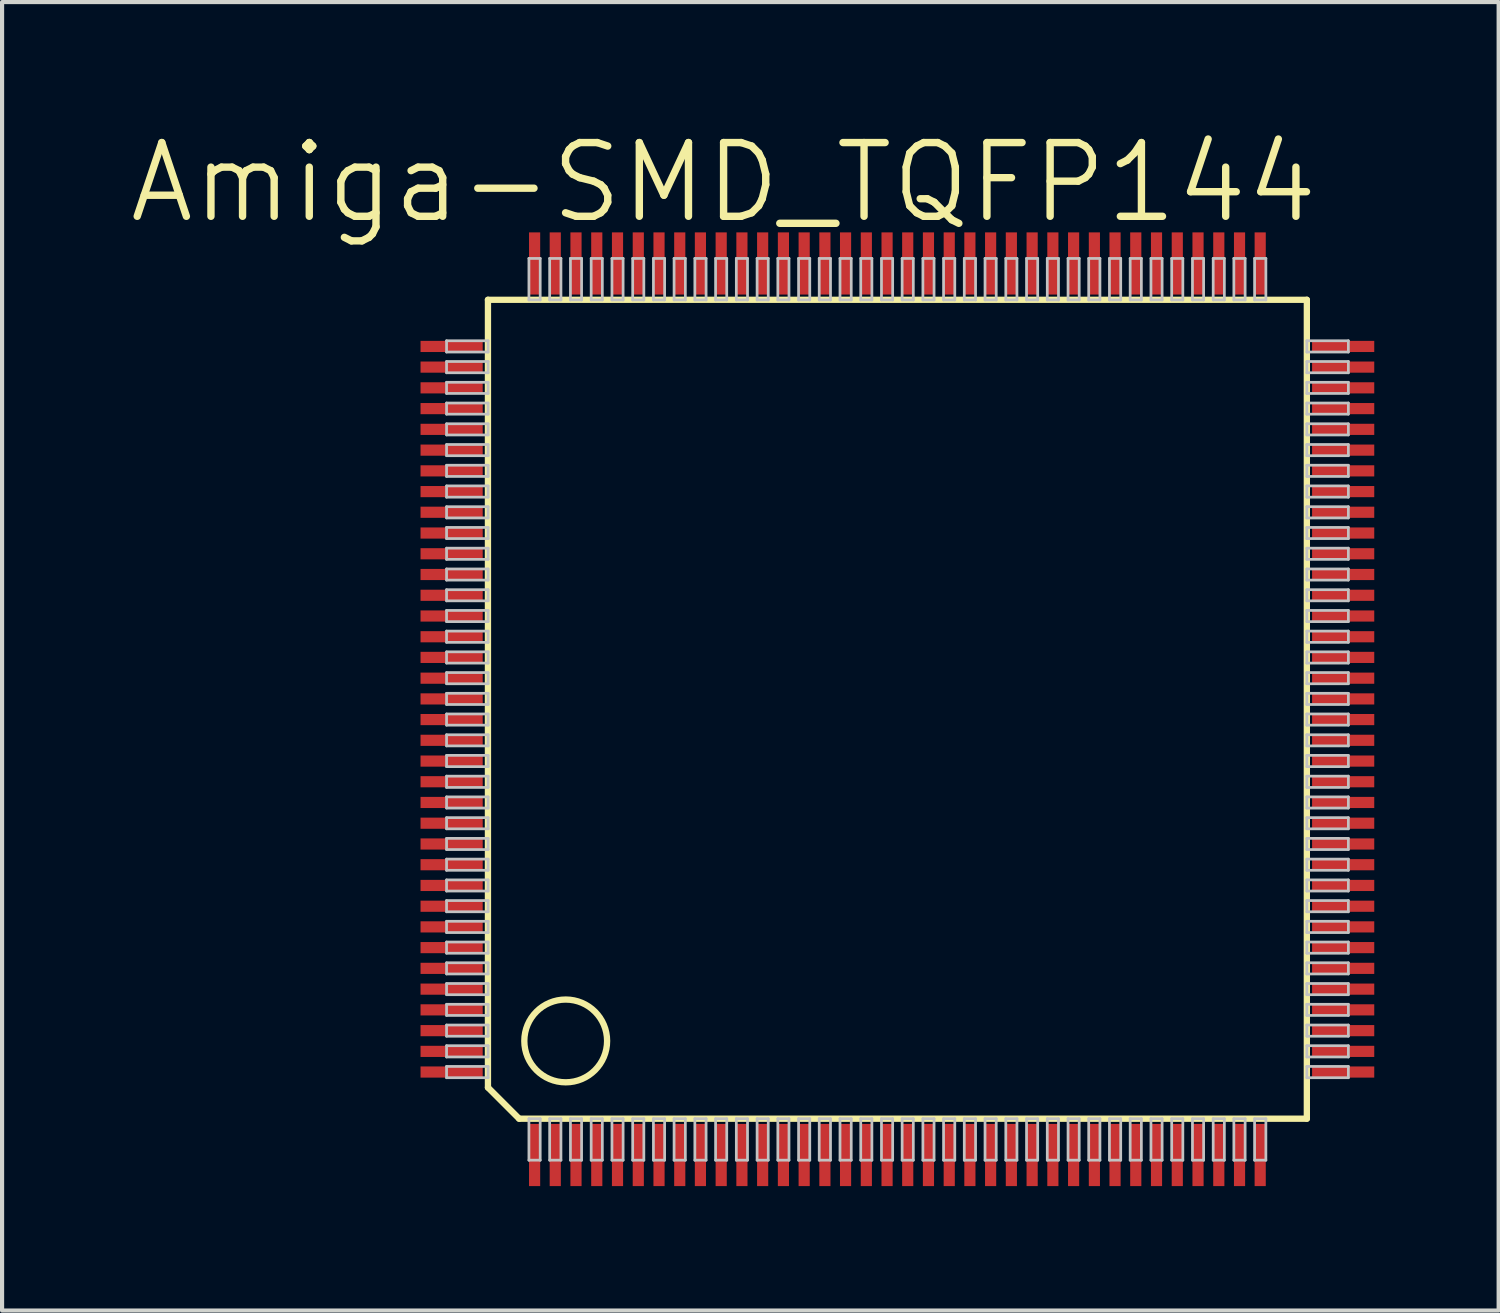
<source format=kicad_pcb>
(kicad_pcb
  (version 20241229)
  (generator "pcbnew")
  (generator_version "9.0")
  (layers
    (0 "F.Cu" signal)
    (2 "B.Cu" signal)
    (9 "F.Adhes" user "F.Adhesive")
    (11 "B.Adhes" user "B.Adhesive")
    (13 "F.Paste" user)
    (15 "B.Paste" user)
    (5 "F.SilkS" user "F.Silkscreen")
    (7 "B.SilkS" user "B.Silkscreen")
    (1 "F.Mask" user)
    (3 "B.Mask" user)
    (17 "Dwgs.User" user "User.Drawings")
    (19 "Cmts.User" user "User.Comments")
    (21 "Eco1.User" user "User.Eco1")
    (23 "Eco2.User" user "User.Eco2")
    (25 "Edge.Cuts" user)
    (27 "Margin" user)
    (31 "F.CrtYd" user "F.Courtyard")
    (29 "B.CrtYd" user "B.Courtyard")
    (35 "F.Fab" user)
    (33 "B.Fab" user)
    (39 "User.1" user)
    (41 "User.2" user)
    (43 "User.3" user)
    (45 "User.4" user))
  (footprint "Amiga-SMD_TQFP144"
    (layer "F.Cu")
    (at 18.589 14.052)
    (property "Reference" "Amiga-SMD_TQFP144" (at -4.191 -12.7 0) (layer "F.SilkS") (effects (font (size 1.778 1.778) (thickness 0.178))))
    (attr smd)
    (fp_line (start -9.873 -9.873) (end 9.873 -9.873) (stroke (width 0.152) (type solid)) (layer "F.SilkS"))
    (fp_line (start -9.873 9.121) (end -9.873 -9.873) (stroke (width 0.152) (type solid)) (layer "F.SilkS"))
    (fp_line (start -9.121 9.873) (end -9.873 9.121) (stroke (width 0.152) (type solid)) (layer "F.SilkS"))
    (fp_line (start 9.873 -9.873) (end 9.873 9.873) (stroke (width 0.152) (type solid)) (layer "F.SilkS"))
    (fp_line (start 9.873 9.873) (end -9.121 9.873) (stroke (width 0.152) (type solid)) (layer "F.SilkS"))
    (fp_circle (center -7.998 7.998) (end -7.998 7) (stroke (width 0.152) (type solid)) (fill no) (layer "F.SilkS"))
    (fp_line (start -10.871 -8.885) (end -9.87 -8.885) (stroke (width 0.066) (type solid)) (layer "Dwgs.User"))
    (fp_line (start -10.871 -8.613) (end -10.871 -8.885) (stroke (width 0.066) (type solid)) (layer "Dwgs.User"))
    (fp_line (start -10.871 -8.613) (end -9.87 -8.613) (stroke (width 0.066) (type solid)) (layer "Dwgs.User"))
    (fp_line (start -10.871 -8.385) (end -9.87 -8.385) (stroke (width 0.066) (type solid)) (layer "Dwgs.User"))
    (fp_line (start -10.871 -8.113) (end -10.871 -8.385) (stroke (width 0.066) (type solid)) (layer "Dwgs.User"))
    (fp_line (start -10.871 -8.113) (end -9.87 -8.113) (stroke (width 0.066) (type solid)) (layer "Dwgs.User"))
    (fp_line (start -10.871 -7.884) (end -9.87 -7.884) (stroke (width 0.066) (type solid)) (layer "Dwgs.User"))
    (fp_line (start -10.871 -7.615) (end -10.871 -7.884) (stroke (width 0.066) (type solid)) (layer "Dwgs.User"))
    (fp_line (start -10.871 -7.615) (end -9.87 -7.615) (stroke (width 0.066) (type solid)) (layer "Dwgs.User"))
    (fp_line (start -10.871 -7.384) (end -9.87 -7.384) (stroke (width 0.066) (type solid)) (layer "Dwgs.User"))
    (fp_line (start -10.871 -7.115) (end -10.871 -7.384) (stroke (width 0.066) (type solid)) (layer "Dwgs.User"))
    (fp_line (start -10.871 -7.115) (end -9.87 -7.115) (stroke (width 0.066) (type solid)) (layer "Dwgs.User"))
    (fp_line (start -10.871 -6.883) (end -9.87 -6.883) (stroke (width 0.066) (type solid)) (layer "Dwgs.User"))
    (fp_line (start -10.871 -6.614) (end -10.871 -6.883) (stroke (width 0.066) (type solid)) (layer "Dwgs.User"))
    (fp_line (start -10.871 -6.614) (end -9.87 -6.614) (stroke (width 0.066) (type solid)) (layer "Dwgs.User"))
    (fp_line (start -10.871 -6.383) (end -9.87 -6.383) (stroke (width 0.066) (type solid)) (layer "Dwgs.User"))
    (fp_line (start -10.871 -6.114) (end -10.871 -6.383) (stroke (width 0.066) (type solid)) (layer "Dwgs.User"))
    (fp_line (start -10.871 -6.114) (end -9.87 -6.114) (stroke (width 0.066) (type solid)) (layer "Dwgs.User"))
    (fp_line (start -10.871 -5.883) (end -9.87 -5.883) (stroke (width 0.066) (type solid)) (layer "Dwgs.User"))
    (fp_line (start -10.871 -5.613) (end -10.871 -5.883) (stroke (width 0.066) (type solid)) (layer "Dwgs.User"))
    (fp_line (start -10.871 -5.613) (end -9.87 -5.613) (stroke (width 0.066) (type solid)) (layer "Dwgs.User"))
    (fp_line (start -10.871 -5.385) (end -9.87 -5.385) (stroke (width 0.066) (type solid)) (layer "Dwgs.User"))
    (fp_line (start -10.871 -5.113) (end -10.871 -5.385) (stroke (width 0.066) (type solid)) (layer "Dwgs.User"))
    (fp_line (start -10.871 -5.113) (end -9.87 -5.113) (stroke (width 0.066) (type solid)) (layer "Dwgs.User"))
    (fp_line (start -10.871 -4.884) (end -9.87 -4.884) (stroke (width 0.066) (type solid)) (layer "Dwgs.User"))
    (fp_line (start -10.871 -4.613) (end -10.871 -4.884) (stroke (width 0.066) (type solid)) (layer "Dwgs.User"))
    (fp_line (start -10.871 -4.613) (end -9.87 -4.613) (stroke (width 0.066) (type solid)) (layer "Dwgs.User"))
    (fp_line (start -10.871 -4.384) (end -9.87 -4.384) (stroke (width 0.066) (type solid)) (layer "Dwgs.User"))
    (fp_line (start -10.871 -4.115) (end -10.871 -4.384) (stroke (width 0.066) (type solid)) (layer "Dwgs.User"))
    (fp_line (start -10.871 -4.115) (end -9.87 -4.115) (stroke (width 0.066) (type solid)) (layer "Dwgs.User"))
    (fp_line (start -10.871 -3.884) (end -9.87 -3.884) (stroke (width 0.066) (type solid)) (layer "Dwgs.User"))
    (fp_line (start -10.871 -3.614) (end -10.871 -3.884) (stroke (width 0.066) (type solid)) (layer "Dwgs.User"))
    (fp_line (start -10.871 -3.614) (end -9.87 -3.614) (stroke (width 0.066) (type solid)) (layer "Dwgs.User"))
    (fp_line (start -10.871 -3.383) (end -9.87 -3.383) (stroke (width 0.066) (type solid)) (layer "Dwgs.User"))
    (fp_line (start -10.871 -3.114) (end -10.871 -3.383) (stroke (width 0.066) (type solid)) (layer "Dwgs.User"))
    (fp_line (start -10.871 -3.114) (end -9.87 -3.114) (stroke (width 0.066) (type solid)) (layer "Dwgs.User"))
    (fp_line (start -10.871 -2.883) (end -9.87 -2.883) (stroke (width 0.066) (type solid)) (layer "Dwgs.User"))
    (fp_line (start -10.871 -2.614) (end -10.871 -2.883) (stroke (width 0.066) (type solid)) (layer "Dwgs.User"))
    (fp_line (start -10.871 -2.614) (end -9.87 -2.614) (stroke (width 0.066) (type solid)) (layer "Dwgs.User"))
    (fp_line (start -10.871 -2.383) (end -9.87 -2.383) (stroke (width 0.066) (type solid)) (layer "Dwgs.User"))
    (fp_line (start -10.871 -2.113) (end -10.871 -2.383) (stroke (width 0.066) (type solid)) (layer "Dwgs.User"))
    (fp_line (start -10.871 -2.113) (end -9.87 -2.113) (stroke (width 0.066) (type solid)) (layer "Dwgs.User"))
    (fp_line (start -10.871 -1.885) (end -9.87 -1.885) (stroke (width 0.066) (type solid)) (layer "Dwgs.User"))
    (fp_line (start -10.871 -1.613) (end -10.871 -1.885) (stroke (width 0.066) (type solid)) (layer "Dwgs.User"))
    (fp_line (start -10.871 -1.613) (end -9.87 -1.613) (stroke (width 0.066) (type solid)) (layer "Dwgs.User"))
    (fp_line (start -10.871 -1.384) (end -9.87 -1.384) (stroke (width 0.066) (type solid)) (layer "Dwgs.User"))
    (fp_line (start -10.871 -1.113) (end -10.871 -1.384) (stroke (width 0.066) (type solid)) (layer "Dwgs.User"))
    (fp_line (start -10.871 -1.113) (end -9.87 -1.113) (stroke (width 0.066) (type solid)) (layer "Dwgs.User"))
    (fp_line (start -10.871 -0.884) (end -9.87 -0.884) (stroke (width 0.066) (type solid)) (layer "Dwgs.User"))
    (fp_line (start -10.871 -0.615) (end -10.871 -0.884) (stroke (width 0.066) (type solid)) (layer "Dwgs.User"))
    (fp_line (start -10.871 -0.615) (end -9.87 -0.615) (stroke (width 0.066) (type solid)) (layer "Dwgs.User"))
    (fp_line (start -10.871 -0.384) (end -9.87 -0.384) (stroke (width 0.066) (type solid)) (layer "Dwgs.User"))
    (fp_line (start -10.871 -0.114) (end -10.871 -0.384) (stroke (width 0.066) (type solid)) (layer "Dwgs.User"))
    (fp_line (start -10.871 -0.114) (end -9.87 -0.114) (stroke (width 0.066) (type solid)) (layer "Dwgs.User"))
    (fp_line (start -10.871 0.114) (end -9.87 0.114) (stroke (width 0.066) (type solid)) (layer "Dwgs.User"))
    (fp_line (start -10.871 0.384) (end -10.871 0.114) (stroke (width 0.066) (type solid)) (layer "Dwgs.User"))
    (fp_line (start -10.871 0.384) (end -9.87 0.384) (stroke (width 0.066) (type solid)) (layer "Dwgs.User"))
    (fp_line (start -10.871 0.615) (end -9.87 0.615) (stroke (width 0.066) (type solid)) (layer "Dwgs.User"))
    (fp_line (start -10.871 0.884) (end -10.871 0.615) (stroke (width 0.066) (type solid)) (layer "Dwgs.User"))
    (fp_line (start -10.871 0.884) (end -9.87 0.884) (stroke (width 0.066) (type solid)) (layer "Dwgs.User"))
    (fp_line (start -10.871 1.113) (end -9.87 1.113) (stroke (width 0.066) (type solid)) (layer "Dwgs.User"))
    (fp_line (start -10.871 1.384) (end -10.871 1.113) (stroke (width 0.066) (type solid)) (layer "Dwgs.User"))
    (fp_line (start -10.871 1.384) (end -9.87 1.384) (stroke (width 0.066) (type solid)) (layer "Dwgs.User"))
    (fp_line (start -10.871 1.613) (end -9.87 1.613) (stroke (width 0.066) (type solid)) (layer "Dwgs.User"))
    (fp_line (start -10.871 1.885) (end -10.871 1.613) (stroke (width 0.066) (type solid)) (layer "Dwgs.User"))
    (fp_line (start -10.871 1.885) (end -9.87 1.885) (stroke (width 0.066) (type solid)) (layer "Dwgs.User"))
    (fp_line (start -10.871 2.113) (end -9.87 2.113) (stroke (width 0.066) (type solid)) (layer "Dwgs.User"))
    (fp_line (start -10.871 2.383) (end -10.871 2.113) (stroke (width 0.066) (type solid)) (layer "Dwgs.User"))
    (fp_line (start -10.871 2.383) (end -9.87 2.383) (stroke (width 0.066) (type solid)) (layer "Dwgs.User"))
    (fp_line (start -10.871 2.614) (end -9.87 2.614) (stroke (width 0.066) (type solid)) (layer "Dwgs.User"))
    (fp_line (start -10.871 2.883) (end -10.871 2.614) (stroke (width 0.066) (type solid)) (layer "Dwgs.User"))
    (fp_line (start -10.871 2.883) (end -9.87 2.883) (stroke (width 0.066) (type solid)) (layer "Dwgs.User"))
    (fp_line (start -10.871 3.114) (end -9.87 3.114) (stroke (width 0.066) (type solid)) (layer "Dwgs.User"))
    (fp_line (start -10.871 3.383) (end -10.871 3.114) (stroke (width 0.066) (type solid)) (layer "Dwgs.User"))
    (fp_line (start -10.871 3.383) (end -9.87 3.383) (stroke (width 0.066) (type solid)) (layer "Dwgs.User"))
    (fp_line (start -10.871 3.614) (end -9.87 3.614) (stroke (width 0.066) (type solid)) (layer "Dwgs.User"))
    (fp_line (start -10.871 3.884) (end -10.871 3.614) (stroke (width 0.066) (type solid)) (layer "Dwgs.User"))
    (fp_line (start -10.871 3.884) (end -9.87 3.884) (stroke (width 0.066) (type solid)) (layer "Dwgs.User"))
    (fp_line (start -10.871 4.115) (end -9.87 4.115) (stroke (width 0.066) (type solid)) (layer "Dwgs.User"))
    (fp_line (start -10.871 4.384) (end -10.871 4.115) (stroke (width 0.066) (type solid)) (layer "Dwgs.User"))
    (fp_line (start -10.871 4.384) (end -9.87 4.384) (stroke (width 0.066) (type solid)) (layer "Dwgs.User"))
    (fp_line (start -10.871 4.613) (end -9.87 4.613) (stroke (width 0.066) (type solid)) (layer "Dwgs.User"))
    (fp_line (start -10.871 4.884) (end -10.871 4.613) (stroke (width 0.066) (type solid)) (layer "Dwgs.User"))
    (fp_line (start -10.871 4.884) (end -9.87 4.884) (stroke (width 0.066) (type solid)) (layer "Dwgs.User"))
    (fp_line (start -10.871 5.113) (end -9.87 5.113) (stroke (width 0.066) (type solid)) (layer "Dwgs.User"))
    (fp_line (start -10.871 5.385) (end -10.871 5.113) (stroke (width 0.066) (type solid)) (layer "Dwgs.User"))
    (fp_line (start -10.871 5.385) (end -9.87 5.385) (stroke (width 0.066) (type solid)) (layer "Dwgs.User"))
    (fp_line (start -10.871 5.613) (end -9.87 5.613) (stroke (width 0.066) (type solid)) (layer "Dwgs.User"))
    (fp_line (start -10.871 5.883) (end -10.871 5.613) (stroke (width 0.066) (type solid)) (layer "Dwgs.User"))
    (fp_line (start -10.871 5.883) (end -9.87 5.883) (stroke (width 0.066) (type solid)) (layer "Dwgs.User"))
    (fp_line (start -10.871 6.114) (end -9.87 6.114) (stroke (width 0.066) (type solid)) (layer "Dwgs.User"))
    (fp_line (start -10.871 6.383) (end -10.871 6.114) (stroke (width 0.066) (type solid)) (layer "Dwgs.User"))
    (fp_line (start -10.871 6.383) (end -9.87 6.383) (stroke (width 0.066) (type solid)) (layer "Dwgs.User"))
    (fp_line (start -10.871 6.614) (end -9.87 6.614) (stroke (width 0.066) (type solid)) (layer "Dwgs.User"))
    (fp_line (start -10.871 6.883) (end -10.871 6.614) (stroke (width 0.066) (type solid)) (layer "Dwgs.User"))
    (fp_line (start -10.871 6.883) (end -9.87 6.883) (stroke (width 0.066) (type solid)) (layer "Dwgs.User"))
    (fp_line (start -10.871 7.115) (end -9.87 7.115) (stroke (width 0.066) (type solid)) (layer "Dwgs.User"))
    (fp_line (start -10.871 7.384) (end -10.871 7.115) (stroke (width 0.066) (type solid)) (layer "Dwgs.User"))
    (fp_line (start -10.871 7.384) (end -9.87 7.384) (stroke (width 0.066) (type solid)) (layer "Dwgs.User"))
    (fp_line (start -10.871 7.615) (end -9.87 7.615) (stroke (width 0.066) (type solid)) (layer "Dwgs.User"))
    (fp_line (start -10.871 7.884) (end -10.871 7.615) (stroke (width 0.066) (type solid)) (layer "Dwgs.User"))
    (fp_line (start -10.871 7.884) (end -9.87 7.884) (stroke (width 0.066) (type solid)) (layer "Dwgs.User"))
    (fp_line (start -10.871 8.113) (end -9.87 8.113) (stroke (width 0.066) (type solid)) (layer "Dwgs.User"))
    (fp_line (start -10.871 8.385) (end -10.871 8.113) (stroke (width 0.066) (type solid)) (layer "Dwgs.User"))
    (fp_line (start -10.871 8.385) (end -9.87 8.385) (stroke (width 0.066) (type solid)) (layer "Dwgs.User"))
    (fp_line (start -10.871 8.613) (end -9.87 8.613) (stroke (width 0.066) (type solid)) (layer "Dwgs.User"))
    (fp_line (start -10.871 8.885) (end -10.871 8.613) (stroke (width 0.066) (type solid)) (layer "Dwgs.User"))
    (fp_line (start -10.871 8.885) (end -9.87 8.885) (stroke (width 0.066) (type solid)) (layer "Dwgs.User"))
    (fp_line (start -9.87 -8.613) (end -9.87 -8.885) (stroke (width 0.066) (type solid)) (layer "Dwgs.User"))
    (fp_line (start -9.87 -8.113) (end -9.87 -8.385) (stroke (width 0.066) (type solid)) (layer "Dwgs.User"))
    (fp_line (start -9.87 -7.615) (end -9.87 -7.884) (stroke (width 0.066) (type solid)) (layer "Dwgs.User"))
    (fp_line (start -9.87 -7.115) (end -9.87 -7.384) (stroke (width 0.066) (type solid)) (layer "Dwgs.User"))
    (fp_line (start -9.87 -6.614) (end -9.87 -6.883) (stroke (width 0.066) (type solid)) (layer "Dwgs.User"))
    (fp_line (start -9.87 -6.114) (end -9.87 -6.383) (stroke (width 0.066) (type solid)) (layer "Dwgs.User"))
    (fp_line (start -9.87 -5.613) (end -9.87 -5.883) (stroke (width 0.066) (type solid)) (layer "Dwgs.User"))
    (fp_line (start -9.87 -5.113) (end -9.87 -5.385) (stroke (width 0.066) (type solid)) (layer "Dwgs.User"))
    (fp_line (start -9.87 -4.613) (end -9.87 -4.884) (stroke (width 0.066) (type solid)) (layer "Dwgs.User"))
    (fp_line (start -9.87 -4.115) (end -9.87 -4.384) (stroke (width 0.066) (type solid)) (layer "Dwgs.User"))
    (fp_line (start -9.87 -3.614) (end -9.87 -3.884) (stroke (width 0.066) (type solid)) (layer "Dwgs.User"))
    (fp_line (start -9.87 -3.114) (end -9.87 -3.383) (stroke (width 0.066) (type solid)) (layer "Dwgs.User"))
    (fp_line (start -9.87 -2.614) (end -9.87 -2.883) (stroke (width 0.066) (type solid)) (layer "Dwgs.User"))
    (fp_line (start -9.87 -2.113) (end -9.87 -2.383) (stroke (width 0.066) (type solid)) (layer "Dwgs.User"))
    (fp_line (start -9.87 -1.613) (end -9.87 -1.885) (stroke (width 0.066) (type solid)) (layer "Dwgs.User"))
    (fp_line (start -9.87 -1.113) (end -9.87 -1.384) (stroke (width 0.066) (type solid)) (layer "Dwgs.User"))
    (fp_line (start -9.87 -0.615) (end -9.87 -0.884) (stroke (width 0.066) (type solid)) (layer "Dwgs.User"))
    (fp_line (start -9.87 -0.114) (end -9.87 -0.384) (stroke (width 0.066) (type solid)) (layer "Dwgs.User"))
    (fp_line (start -9.87 0.384) (end -9.87 0.114) (stroke (width 0.066) (type solid)) (layer "Dwgs.User"))
    (fp_line (start -9.87 0.884) (end -9.87 0.615) (stroke (width 0.066) (type solid)) (layer "Dwgs.User"))
    (fp_line (start -9.87 1.384) (end -9.87 1.113) (stroke (width 0.066) (type solid)) (layer "Dwgs.User"))
    (fp_line (start -9.87 1.885) (end -9.87 1.613) (stroke (width 0.066) (type solid)) (layer "Dwgs.User"))
    (fp_line (start -9.87 2.383) (end -9.87 2.113) (stroke (width 0.066) (type solid)) (layer "Dwgs.User"))
    (fp_line (start -9.87 2.883) (end -9.87 2.614) (stroke (width 0.066) (type solid)) (layer "Dwgs.User"))
    (fp_line (start -9.87 3.383) (end -9.87 3.114) (stroke (width 0.066) (type solid)) (layer "Dwgs.User"))
    (fp_line (start -9.87 3.884) (end -9.87 3.614) (stroke (width 0.066) (type solid)) (layer "Dwgs.User"))
    (fp_line (start -9.87 4.384) (end -9.87 4.115) (stroke (width 0.066) (type solid)) (layer "Dwgs.User"))
    (fp_line (start -9.87 4.884) (end -9.87 4.613) (stroke (width 0.066) (type solid)) (layer "Dwgs.User"))
    (fp_line (start -9.87 5.385) (end -9.87 5.113) (stroke (width 0.066) (type solid)) (layer "Dwgs.User"))
    (fp_line (start -9.87 5.883) (end -9.87 5.613) (stroke (width 0.066) (type solid)) (layer "Dwgs.User"))
    (fp_line (start -9.87 6.383) (end -9.87 6.114) (stroke (width 0.066) (type solid)) (layer "Dwgs.User"))
    (fp_line (start -9.87 6.883) (end -9.87 6.614) (stroke (width 0.066) (type solid)) (layer "Dwgs.User"))
    (fp_line (start -9.87 7.384) (end -9.87 7.115) (stroke (width 0.066) (type solid)) (layer "Dwgs.User"))
    (fp_line (start -9.87 7.884) (end -9.87 7.615) (stroke (width 0.066) (type solid)) (layer "Dwgs.User"))
    (fp_line (start -9.87 8.385) (end -9.87 8.113) (stroke (width 0.066) (type solid)) (layer "Dwgs.User"))
    (fp_line (start -9.87 8.885) (end -9.87 8.613) (stroke (width 0.066) (type solid)) (layer "Dwgs.User"))
    (fp_line (start -8.885 -10.871) (end -8.613 -10.871) (stroke (width 0.066) (type solid)) (layer "Dwgs.User"))
    (fp_line (start -8.885 -9.87) (end -8.885 -10.871) (stroke (width 0.066) (type solid)) (layer "Dwgs.User"))
    (fp_line (start -8.885 -9.87) (end -8.613 -9.87) (stroke (width 0.066) (type solid)) (layer "Dwgs.User"))
    (fp_line (start -8.885 9.873) (end -8.613 9.873) (stroke (width 0.066) (type solid)) (layer "Dwgs.User"))
    (fp_line (start -8.885 10.874) (end -8.885 9.873) (stroke (width 0.066) (type solid)) (layer "Dwgs.User"))
    (fp_line (start -8.885 10.874) (end -8.613 10.874) (stroke (width 0.066) (type solid)) (layer "Dwgs.User"))
    (fp_line (start -8.613 -9.87) (end -8.613 -10.871) (stroke (width 0.066) (type solid)) (layer "Dwgs.User"))
    (fp_line (start -8.613 10.874) (end -8.613 9.873) (stroke (width 0.066) (type solid)) (layer "Dwgs.User"))
    (fp_line (start -8.385 -10.871) (end -8.113 -10.871) (stroke (width 0.066) (type solid)) (layer "Dwgs.User"))
    (fp_line (start -8.385 -9.87) (end -8.385 -10.871) (stroke (width 0.066) (type solid)) (layer "Dwgs.User"))
    (fp_line (start -8.385 -9.87) (end -8.113 -9.87) (stroke (width 0.066) (type solid)) (layer "Dwgs.User"))
    (fp_line (start -8.385 9.873) (end -8.113 9.873) (stroke (width 0.066) (type solid)) (layer "Dwgs.User"))
    (fp_line (start -8.385 10.874) (end -8.385 9.873) (stroke (width 0.066) (type solid)) (layer "Dwgs.User"))
    (fp_line (start -8.385 10.874) (end -8.113 10.874) (stroke (width 0.066) (type solid)) (layer "Dwgs.User"))
    (fp_line (start -8.113 -9.87) (end -8.113 -10.871) (stroke (width 0.066) (type solid)) (layer "Dwgs.User"))
    (fp_line (start -8.113 10.874) (end -8.113 9.873) (stroke (width 0.066) (type solid)) (layer "Dwgs.User"))
    (fp_line (start -7.884 -10.871) (end -7.615 -10.871) (stroke (width 0.066) (type solid)) (layer "Dwgs.User"))
    (fp_line (start -7.884 -9.87) (end -7.884 -10.871) (stroke (width 0.066) (type solid)) (layer "Dwgs.User"))
    (fp_line (start -7.884 -9.87) (end -7.615 -9.87) (stroke (width 0.066) (type solid)) (layer "Dwgs.User"))
    (fp_line (start -7.884 9.873) (end -7.615 9.873) (stroke (width 0.066) (type solid)) (layer "Dwgs.User"))
    (fp_line (start -7.884 10.874) (end -7.884 9.873) (stroke (width 0.066) (type solid)) (layer "Dwgs.User"))
    (fp_line (start -7.884 10.874) (end -7.615 10.874) (stroke (width 0.066) (type solid)) (layer "Dwgs.User"))
    (fp_line (start -7.615 -9.87) (end -7.615 -10.871) (stroke (width 0.066) (type solid)) (layer "Dwgs.User"))
    (fp_line (start -7.615 10.874) (end -7.615 9.873) (stroke (width 0.066) (type solid)) (layer "Dwgs.User"))
    (fp_line (start -7.384 -10.871) (end -7.115 -10.871) (stroke (width 0.066) (type solid)) (layer "Dwgs.User"))
    (fp_line (start -7.384 -9.87) (end -7.384 -10.871) (stroke (width 0.066) (type solid)) (layer "Dwgs.User"))
    (fp_line (start -7.384 -9.87) (end -7.115 -9.87) (stroke (width 0.066) (type solid)) (layer "Dwgs.User"))
    (fp_line (start -7.384 9.873) (end -7.115 9.873) (stroke (width 0.066) (type solid)) (layer "Dwgs.User"))
    (fp_line (start -7.384 10.874) (end -7.384 9.873) (stroke (width 0.066) (type solid)) (layer "Dwgs.User"))
    (fp_line (start -7.384 10.874) (end -7.115 10.874) (stroke (width 0.066) (type solid)) (layer "Dwgs.User"))
    (fp_line (start -7.115 -9.87) (end -7.115 -10.871) (stroke (width 0.066) (type solid)) (layer "Dwgs.User"))
    (fp_line (start -7.115 10.874) (end -7.115 9.873) (stroke (width 0.066) (type solid)) (layer "Dwgs.User"))
    (fp_line (start -6.883 -10.871) (end -6.614 -10.871) (stroke (width 0.066) (type solid)) (layer "Dwgs.User"))
    (fp_line (start -6.883 -9.87) (end -6.883 -10.871) (stroke (width 0.066) (type solid)) (layer "Dwgs.User"))
    (fp_line (start -6.883 -9.87) (end -6.614 -9.87) (stroke (width 0.066) (type solid)) (layer "Dwgs.User"))
    (fp_line (start -6.883 9.873) (end -6.614 9.873) (stroke (width 0.066) (type solid)) (layer "Dwgs.User"))
    (fp_line (start -6.883 10.874) (end -6.883 9.873) (stroke (width 0.066) (type solid)) (layer "Dwgs.User"))
    (fp_line (start -6.883 10.874) (end -6.614 10.874) (stroke (width 0.066) (type solid)) (layer "Dwgs.User"))
    (fp_line (start -6.614 -9.87) (end -6.614 -10.871) (stroke (width 0.066) (type solid)) (layer "Dwgs.User"))
    (fp_line (start -6.614 10.874) (end -6.614 9.873) (stroke (width 0.066) (type solid)) (layer "Dwgs.User"))
    (fp_line (start -6.383 -10.871) (end -6.114 -10.871) (stroke (width 0.066) (type solid)) (layer "Dwgs.User"))
    (fp_line (start -6.383 -9.87) (end -6.383 -10.871) (stroke (width 0.066) (type solid)) (layer "Dwgs.User"))
    (fp_line (start -6.383 -9.87) (end -6.114 -9.87) (stroke (width 0.066) (type solid)) (layer "Dwgs.User"))
    (fp_line (start -6.383 9.873) (end -6.114 9.873) (stroke (width 0.066) (type solid)) (layer "Dwgs.User"))
    (fp_line (start -6.383 10.874) (end -6.383 9.873) (stroke (width 0.066) (type solid)) (layer "Dwgs.User"))
    (fp_line (start -6.383 10.874) (end -6.114 10.874) (stroke (width 0.066) (type solid)) (layer "Dwgs.User"))
    (fp_line (start -6.114 -9.87) (end -6.114 -10.871) (stroke (width 0.066) (type solid)) (layer "Dwgs.User"))
    (fp_line (start -6.114 10.874) (end -6.114 9.873) (stroke (width 0.066) (type solid)) (layer "Dwgs.User"))
    (fp_line (start -5.883 -10.871) (end -5.613 -10.871) (stroke (width 0.066) (type solid)) (layer "Dwgs.User"))
    (fp_line (start -5.883 -9.87) (end -5.883 -10.871) (stroke (width 0.066) (type solid)) (layer "Dwgs.User"))
    (fp_line (start -5.883 -9.87) (end -5.613 -9.87) (stroke (width 0.066) (type solid)) (layer "Dwgs.User"))
    (fp_line (start -5.883 9.873) (end -5.613 9.873) (stroke (width 0.066) (type solid)) (layer "Dwgs.User"))
    (fp_line (start -5.883 10.874) (end -5.883 9.873) (stroke (width 0.066) (type solid)) (layer "Dwgs.User"))
    (fp_line (start -5.883 10.874) (end -5.613 10.874) (stroke (width 0.066) (type solid)) (layer "Dwgs.User"))
    (fp_line (start -5.613 -9.87) (end -5.613 -10.871) (stroke (width 0.066) (type solid)) (layer "Dwgs.User"))
    (fp_line (start -5.613 10.874) (end -5.613 9.873) (stroke (width 0.066) (type solid)) (layer "Dwgs.User"))
    (fp_line (start -5.385 -10.871) (end -5.113 -10.871) (stroke (width 0.066) (type solid)) (layer "Dwgs.User"))
    (fp_line (start -5.385 -9.87) (end -5.385 -10.871) (stroke (width 0.066) (type solid)) (layer "Dwgs.User"))
    (fp_line (start -5.385 -9.87) (end -5.113 -9.87) (stroke (width 0.066) (type solid)) (layer "Dwgs.User"))
    (fp_line (start -5.385 9.873) (end -5.113 9.873) (stroke (width 0.066) (type solid)) (layer "Dwgs.User"))
    (fp_line (start -5.385 10.874) (end -5.385 9.873) (stroke (width 0.066) (type solid)) (layer "Dwgs.User"))
    (fp_line (start -5.385 10.874) (end -5.113 10.874) (stroke (width 0.066) (type solid)) (layer "Dwgs.User"))
    (fp_line (start -5.113 -9.87) (end -5.113 -10.871) (stroke (width 0.066) (type solid)) (layer "Dwgs.User"))
    (fp_line (start -5.113 10.874) (end -5.113 9.873) (stroke (width 0.066) (type solid)) (layer "Dwgs.User"))
    (fp_line (start -4.884 -10.871) (end -4.613 -10.871) (stroke (width 0.066) (type solid)) (layer "Dwgs.User"))
    (fp_line (start -4.884 -9.87) (end -4.884 -10.871) (stroke (width 0.066) (type solid)) (layer "Dwgs.User"))
    (fp_line (start -4.884 -9.87) (end -4.613 -9.87) (stroke (width 0.066) (type solid)) (layer "Dwgs.User"))
    (fp_line (start -4.884 9.873) (end -4.613 9.873) (stroke (width 0.066) (type solid)) (layer "Dwgs.User"))
    (fp_line (start -4.884 10.874) (end -4.884 9.873) (stroke (width 0.066) (type solid)) (layer "Dwgs.User"))
    (fp_line (start -4.884 10.874) (end -4.613 10.874) (stroke (width 0.066) (type solid)) (layer "Dwgs.User"))
    (fp_line (start -4.613 -9.87) (end -4.613 -10.871) (stroke (width 0.066) (type solid)) (layer "Dwgs.User"))
    (fp_line (start -4.613 10.874) (end -4.613 9.873) (stroke (width 0.066) (type solid)) (layer "Dwgs.User"))
    (fp_line (start -4.384 -10.871) (end -4.115 -10.871) (stroke (width 0.066) (type solid)) (layer "Dwgs.User"))
    (fp_line (start -4.384 -9.87) (end -4.384 -10.871) (stroke (width 0.066) (type solid)) (layer "Dwgs.User"))
    (fp_line (start -4.384 -9.87) (end -4.115 -9.87) (stroke (width 0.066) (type solid)) (layer "Dwgs.User"))
    (fp_line (start -4.384 9.873) (end -4.115 9.873) (stroke (width 0.066) (type solid)) (layer "Dwgs.User"))
    (fp_line (start -4.384 10.874) (end -4.384 9.873) (stroke (width 0.066) (type solid)) (layer "Dwgs.User"))
    (fp_line (start -4.384 10.874) (end -4.115 10.874) (stroke (width 0.066) (type solid)) (layer "Dwgs.User"))
    (fp_line (start -4.115 -9.87) (end -4.115 -10.871) (stroke (width 0.066) (type solid)) (layer "Dwgs.User"))
    (fp_line (start -4.115 10.874) (end -4.115 9.873) (stroke (width 0.066) (type solid)) (layer "Dwgs.User"))
    (fp_line (start -3.884 -10.871) (end -3.614 -10.871) (stroke (width 0.066) (type solid)) (layer "Dwgs.User"))
    (fp_line (start -3.884 -9.87) (end -3.884 -10.871) (stroke (width 0.066) (type solid)) (layer "Dwgs.User"))
    (fp_line (start -3.884 -9.87) (end -3.614 -9.87) (stroke (width 0.066) (type solid)) (layer "Dwgs.User"))
    (fp_line (start -3.884 9.873) (end -3.614 9.873) (stroke (width 0.066) (type solid)) (layer "Dwgs.User"))
    (fp_line (start -3.884 10.874) (end -3.884 9.873) (stroke (width 0.066) (type solid)) (layer "Dwgs.User"))
    (fp_line (start -3.884 10.874) (end -3.614 10.874) (stroke (width 0.066) (type solid)) (layer "Dwgs.User"))
    (fp_line (start -3.614 -9.87) (end -3.614 -10.871) (stroke (width 0.066) (type solid)) (layer "Dwgs.User"))
    (fp_line (start -3.614 10.874) (end -3.614 9.873) (stroke (width 0.066) (type solid)) (layer "Dwgs.User"))
    (fp_line (start -3.383 -10.871) (end -3.114 -10.871) (stroke (width 0.066) (type solid)) (layer "Dwgs.User"))
    (fp_line (start -3.383 -9.87) (end -3.383 -10.871) (stroke (width 0.066) (type solid)) (layer "Dwgs.User"))
    (fp_line (start -3.383 -9.87) (end -3.114 -9.87) (stroke (width 0.066) (type solid)) (layer "Dwgs.User"))
    (fp_line (start -3.383 9.873) (end -3.114 9.873) (stroke (width 0.066) (type solid)) (layer "Dwgs.User"))
    (fp_line (start -3.383 10.874) (end -3.383 9.873) (stroke (width 0.066) (type solid)) (layer "Dwgs.User"))
    (fp_line (start -3.383 10.874) (end -3.114 10.874) (stroke (width 0.066) (type solid)) (layer "Dwgs.User"))
    (fp_line (start -3.114 -9.87) (end -3.114 -10.871) (stroke (width 0.066) (type solid)) (layer "Dwgs.User"))
    (fp_line (start -3.114 10.874) (end -3.114 9.873) (stroke (width 0.066) (type solid)) (layer "Dwgs.User"))
    (fp_line (start -2.883 -10.871) (end -2.614 -10.871) (stroke (width 0.066) (type solid)) (layer "Dwgs.User"))
    (fp_line (start -2.883 -9.87) (end -2.883 -10.871) (stroke (width 0.066) (type solid)) (layer "Dwgs.User"))
    (fp_line (start -2.883 -9.87) (end -2.614 -9.87) (stroke (width 0.066) (type solid)) (layer "Dwgs.User"))
    (fp_line (start -2.883 9.873) (end -2.614 9.873) (stroke (width 0.066) (type solid)) (layer "Dwgs.User"))
    (fp_line (start -2.883 10.874) (end -2.883 9.873) (stroke (width 0.066) (type solid)) (layer "Dwgs.User"))
    (fp_line (start -2.883 10.874) (end -2.614 10.874) (stroke (width 0.066) (type solid)) (layer "Dwgs.User"))
    (fp_line (start -2.614 -9.87) (end -2.614 -10.871) (stroke (width 0.066) (type solid)) (layer "Dwgs.User"))
    (fp_line (start -2.614 10.874) (end -2.614 9.873) (stroke (width 0.066) (type solid)) (layer "Dwgs.User"))
    (fp_line (start -2.383 -10.871) (end -2.113 -10.871) (stroke (width 0.066) (type solid)) (layer "Dwgs.User"))
    (fp_line (start -2.383 -9.87) (end -2.383 -10.871) (stroke (width 0.066) (type solid)) (layer "Dwgs.User"))
    (fp_line (start -2.383 -9.87) (end -2.113 -9.87) (stroke (width 0.066) (type solid)) (layer "Dwgs.User"))
    (fp_line (start -2.383 9.873) (end -2.113 9.873) (stroke (width 0.066) (type solid)) (layer "Dwgs.User"))
    (fp_line (start -2.383 10.874) (end -2.383 9.873) (stroke (width 0.066) (type solid)) (layer "Dwgs.User"))
    (fp_line (start -2.383 10.874) (end -2.113 10.874) (stroke (width 0.066) (type solid)) (layer "Dwgs.User"))
    (fp_line (start -2.113 -9.87) (end -2.113 -10.871) (stroke (width 0.066) (type solid)) (layer "Dwgs.User"))
    (fp_line (start -2.113 10.874) (end -2.113 9.873) (stroke (width 0.066) (type solid)) (layer "Dwgs.User"))
    (fp_line (start -1.885 -10.871) (end -1.613 -10.871) (stroke (width 0.066) (type solid)) (layer "Dwgs.User"))
    (fp_line (start -1.885 -9.87) (end -1.885 -10.871) (stroke (width 0.066) (type solid)) (layer "Dwgs.User"))
    (fp_line (start -1.885 -9.87) (end -1.613 -9.87) (stroke (width 0.066) (type solid)) (layer "Dwgs.User"))
    (fp_line (start -1.885 9.873) (end -1.613 9.873) (stroke (width 0.066) (type solid)) (layer "Dwgs.User"))
    (fp_line (start -1.885 10.874) (end -1.885 9.873) (stroke (width 0.066) (type solid)) (layer "Dwgs.User"))
    (fp_line (start -1.885 10.874) (end -1.613 10.874) (stroke (width 0.066) (type solid)) (layer "Dwgs.User"))
    (fp_line (start -1.613 -9.87) (end -1.613 -10.871) (stroke (width 0.066) (type solid)) (layer "Dwgs.User"))
    (fp_line (start -1.613 10.874) (end -1.613 9.873) (stroke (width 0.066) (type solid)) (layer "Dwgs.User"))
    (fp_line (start -1.384 -10.871) (end -1.113 -10.871) (stroke (width 0.066) (type solid)) (layer "Dwgs.User"))
    (fp_line (start -1.384 -9.87) (end -1.384 -10.871) (stroke (width 0.066) (type solid)) (layer "Dwgs.User"))
    (fp_line (start -1.384 -9.87) (end -1.113 -9.87) (stroke (width 0.066) (type solid)) (layer "Dwgs.User"))
    (fp_line (start -1.384 9.873) (end -1.113 9.873) (stroke (width 0.066) (type solid)) (layer "Dwgs.User"))
    (fp_line (start -1.384 10.874) (end -1.384 9.873) (stroke (width 0.066) (type solid)) (layer "Dwgs.User"))
    (fp_line (start -1.384 10.874) (end -1.113 10.874) (stroke (width 0.066) (type solid)) (layer "Dwgs.User"))
    (fp_line (start -1.113 -9.87) (end -1.113 -10.871) (stroke (width 0.066) (type solid)) (layer "Dwgs.User"))
    (fp_line (start -1.113 10.874) (end -1.113 9.873) (stroke (width 0.066) (type solid)) (layer "Dwgs.User"))
    (fp_line (start -0.884 -10.871) (end -0.615 -10.871) (stroke (width 0.066) (type solid)) (layer "Dwgs.User"))
    (fp_line (start -0.884 -9.87) (end -0.884 -10.871) (stroke (width 0.066) (type solid)) (layer "Dwgs.User"))
    (fp_line (start -0.884 -9.87) (end -0.615 -9.87) (stroke (width 0.066) (type solid)) (layer "Dwgs.User"))
    (fp_line (start -0.884 9.873) (end -0.615 9.873) (stroke (width 0.066) (type solid)) (layer "Dwgs.User"))
    (fp_line (start -0.884 10.874) (end -0.884 9.873) (stroke (width 0.066) (type solid)) (layer "Dwgs.User"))
    (fp_line (start -0.884 10.874) (end -0.615 10.874) (stroke (width 0.066) (type solid)) (layer "Dwgs.User"))
    (fp_line (start -0.615 -9.87) (end -0.615 -10.871) (stroke (width 0.066) (type solid)) (layer "Dwgs.User"))
    (fp_line (start -0.615 10.874) (end -0.615 9.873) (stroke (width 0.066) (type solid)) (layer "Dwgs.User"))
    (fp_line (start -0.384 -10.871) (end -0.114 -10.871) (stroke (width 0.066) (type solid)) (layer "Dwgs.User"))
    (fp_line (start -0.384 -9.87) (end -0.384 -10.871) (stroke (width 0.066) (type solid)) (layer "Dwgs.User"))
    (fp_line (start -0.384 -9.87) (end -0.114 -9.87) (stroke (width 0.066) (type solid)) (layer "Dwgs.User"))
    (fp_line (start -0.384 9.873) (end -0.114 9.873) (stroke (width 0.066) (type solid)) (layer "Dwgs.User"))
    (fp_line (start -0.384 10.874) (end -0.384 9.873) (stroke (width 0.066) (type solid)) (layer "Dwgs.User"))
    (fp_line (start -0.384 10.874) (end -0.114 10.874) (stroke (width 0.066) (type solid)) (layer "Dwgs.User"))
    (fp_line (start -0.114 -9.87) (end -0.114 -10.871) (stroke (width 0.066) (type solid)) (layer "Dwgs.User"))
    (fp_line (start -0.114 10.874) (end -0.114 9.873) (stroke (width 0.066) (type solid)) (layer "Dwgs.User"))
    (fp_line (start 0.114 -10.871) (end 0.384 -10.871) (stroke (width 0.066) (type solid)) (layer "Dwgs.User"))
    (fp_line (start 0.114 -9.87) (end 0.114 -10.871) (stroke (width 0.066) (type solid)) (layer "Dwgs.User"))
    (fp_line (start 0.114 -9.87) (end 0.384 -9.87) (stroke (width 0.066) (type solid)) (layer "Dwgs.User"))
    (fp_line (start 0.114 9.873) (end 0.384 9.873) (stroke (width 0.066) (type solid)) (layer "Dwgs.User"))
    (fp_line (start 0.114 10.874) (end 0.114 9.873) (stroke (width 0.066) (type solid)) (layer "Dwgs.User"))
    (fp_line (start 0.114 10.874) (end 0.384 10.874) (stroke (width 0.066) (type solid)) (layer "Dwgs.User"))
    (fp_line (start 0.384 -9.87) (end 0.384 -10.871) (stroke (width 0.066) (type solid)) (layer "Dwgs.User"))
    (fp_line (start 0.384 10.874) (end 0.384 9.873) (stroke (width 0.066) (type solid)) (layer "Dwgs.User"))
    (fp_line (start 0.615 -10.871) (end 0.884 -10.871) (stroke (width 0.066) (type solid)) (layer "Dwgs.User"))
    (fp_line (start 0.615 -9.87) (end 0.615 -10.871) (stroke (width 0.066) (type solid)) (layer "Dwgs.User"))
    (fp_line (start 0.615 -9.87) (end 0.884 -9.87) (stroke (width 0.066) (type solid)) (layer "Dwgs.User"))
    (fp_line (start 0.615 9.873) (end 0.884 9.873) (stroke (width 0.066) (type solid)) (layer "Dwgs.User"))
    (fp_line (start 0.615 10.874) (end 0.615 9.873) (stroke (width 0.066) (type solid)) (layer "Dwgs.User"))
    (fp_line (start 0.615 10.874) (end 0.884 10.874) (stroke (width 0.066) (type solid)) (layer "Dwgs.User"))
    (fp_line (start 0.884 -9.87) (end 0.884 -10.871) (stroke (width 0.066) (type solid)) (layer "Dwgs.User"))
    (fp_line (start 0.884 10.874) (end 0.884 9.873) (stroke (width 0.066) (type solid)) (layer "Dwgs.User"))
    (fp_line (start 1.113 -10.871) (end 1.384 -10.871) (stroke (width 0.066) (type solid)) (layer "Dwgs.User"))
    (fp_line (start 1.113 -9.87) (end 1.113 -10.871) (stroke (width 0.066) (type solid)) (layer "Dwgs.User"))
    (fp_line (start 1.113 -9.87) (end 1.384 -9.87) (stroke (width 0.066) (type solid)) (layer "Dwgs.User"))
    (fp_line (start 1.113 9.873) (end 1.384 9.873) (stroke (width 0.066) (type solid)) (layer "Dwgs.User"))
    (fp_line (start 1.113 10.874) (end 1.113 9.873) (stroke (width 0.066) (type solid)) (layer "Dwgs.User"))
    (fp_line (start 1.113 10.874) (end 1.384 10.874) (stroke (width 0.066) (type solid)) (layer "Dwgs.User"))
    (fp_line (start 1.384 -9.87) (end 1.384 -10.871) (stroke (width 0.066) (type solid)) (layer "Dwgs.User"))
    (fp_line (start 1.384 10.874) (end 1.384 9.873) (stroke (width 0.066) (type solid)) (layer "Dwgs.User"))
    (fp_line (start 1.613 -10.871) (end 1.885 -10.871) (stroke (width 0.066) (type solid)) (layer "Dwgs.User"))
    (fp_line (start 1.613 -9.87) (end 1.613 -10.871) (stroke (width 0.066) (type solid)) (layer "Dwgs.User"))
    (fp_line (start 1.613 -9.87) (end 1.885 -9.87) (stroke (width 0.066) (type solid)) (layer "Dwgs.User"))
    (fp_line (start 1.613 9.873) (end 1.885 9.873) (stroke (width 0.066) (type solid)) (layer "Dwgs.User"))
    (fp_line (start 1.613 10.874) (end 1.613 9.873) (stroke (width 0.066) (type solid)) (layer "Dwgs.User"))
    (fp_line (start 1.613 10.874) (end 1.885 10.874) (stroke (width 0.066) (type solid)) (layer "Dwgs.User"))
    (fp_line (start 1.885 -9.87) (end 1.885 -10.871) (stroke (width 0.066) (type solid)) (layer "Dwgs.User"))
    (fp_line (start 1.885 10.874) (end 1.885 9.873) (stroke (width 0.066) (type solid)) (layer "Dwgs.User"))
    (fp_line (start 2.113 -10.871) (end 2.383 -10.871) (stroke (width 0.066) (type solid)) (layer "Dwgs.User"))
    (fp_line (start 2.113 -9.87) (end 2.113 -10.871) (stroke (width 0.066) (type solid)) (layer "Dwgs.User"))
    (fp_line (start 2.113 -9.87) (end 2.383 -9.87) (stroke (width 0.066) (type solid)) (layer "Dwgs.User"))
    (fp_line (start 2.113 9.873) (end 2.383 9.873) (stroke (width 0.066) (type solid)) (layer "Dwgs.User"))
    (fp_line (start 2.113 10.874) (end 2.113 9.873) (stroke (width 0.066) (type solid)) (layer "Dwgs.User"))
    (fp_line (start 2.113 10.874) (end 2.383 10.874) (stroke (width 0.066) (type solid)) (layer "Dwgs.User"))
    (fp_line (start 2.383 -9.87) (end 2.383 -10.871) (stroke (width 0.066) (type solid)) (layer "Dwgs.User"))
    (fp_line (start 2.383 10.874) (end 2.383 9.873) (stroke (width 0.066) (type solid)) (layer "Dwgs.User"))
    (fp_line (start 2.614 -10.871) (end 2.883 -10.871) (stroke (width 0.066) (type solid)) (layer "Dwgs.User"))
    (fp_line (start 2.614 -9.87) (end 2.614 -10.871) (stroke (width 0.066) (type solid)) (layer "Dwgs.User"))
    (fp_line (start 2.614 -9.87) (end 2.883 -9.87) (stroke (width 0.066) (type solid)) (layer "Dwgs.User"))
    (fp_line (start 2.614 9.873) (end 2.883 9.873) (stroke (width 0.066) (type solid)) (layer "Dwgs.User"))
    (fp_line (start 2.614 10.874) (end 2.614 9.873) (stroke (width 0.066) (type solid)) (layer "Dwgs.User"))
    (fp_line (start 2.614 10.874) (end 2.883 10.874) (stroke (width 0.066) (type solid)) (layer "Dwgs.User"))
    (fp_line (start 2.883 -9.87) (end 2.883 -10.871) (stroke (width 0.066) (type solid)) (layer "Dwgs.User"))
    (fp_line (start 2.883 10.874) (end 2.883 9.873) (stroke (width 0.066) (type solid)) (layer "Dwgs.User"))
    (fp_line (start 3.114 -10.871) (end 3.383 -10.871) (stroke (width 0.066) (type solid)) (layer "Dwgs.User"))
    (fp_line (start 3.114 -9.87) (end 3.114 -10.871) (stroke (width 0.066) (type solid)) (layer "Dwgs.User"))
    (fp_line (start 3.114 -9.87) (end 3.383 -9.87) (stroke (width 0.066) (type solid)) (layer "Dwgs.User"))
    (fp_line (start 3.114 9.873) (end 3.383 9.873) (stroke (width 0.066) (type solid)) (layer "Dwgs.User"))
    (fp_line (start 3.114 10.874) (end 3.114 9.873) (stroke (width 0.066) (type solid)) (layer "Dwgs.User"))
    (fp_line (start 3.114 10.874) (end 3.383 10.874) (stroke (width 0.066) (type solid)) (layer "Dwgs.User"))
    (fp_line (start 3.383 -9.87) (end 3.383 -10.871) (stroke (width 0.066) (type solid)) (layer "Dwgs.User"))
    (fp_line (start 3.383 10.874) (end 3.383 9.873) (stroke (width 0.066) (type solid)) (layer "Dwgs.User"))
    (fp_line (start 3.614 -10.871) (end 3.884 -10.871) (stroke (width 0.066) (type solid)) (layer "Dwgs.User"))
    (fp_line (start 3.614 -9.87) (end 3.614 -10.871) (stroke (width 0.066) (type solid)) (layer "Dwgs.User"))
    (fp_line (start 3.614 -9.87) (end 3.884 -9.87) (stroke (width 0.066) (type solid)) (layer "Dwgs.User"))
    (fp_line (start 3.614 9.873) (end 3.884 9.873) (stroke (width 0.066) (type solid)) (layer "Dwgs.User"))
    (fp_line (start 3.614 10.874) (end 3.614 9.873) (stroke (width 0.066) (type solid)) (layer "Dwgs.User"))
    (fp_line (start 3.614 10.874) (end 3.884 10.874) (stroke (width 0.066) (type solid)) (layer "Dwgs.User"))
    (fp_line (start 3.884 -9.87) (end 3.884 -10.871) (stroke (width 0.066) (type solid)) (layer "Dwgs.User"))
    (fp_line (start 3.884 10.874) (end 3.884 9.873) (stroke (width 0.066) (type solid)) (layer "Dwgs.User"))
    (fp_line (start 4.115 -10.871) (end 4.384 -10.871) (stroke (width 0.066) (type solid)) (layer "Dwgs.User"))
    (fp_line (start 4.115 -9.87) (end 4.115 -10.871) (stroke (width 0.066) (type solid)) (layer "Dwgs.User"))
    (fp_line (start 4.115 -9.87) (end 4.384 -9.87) (stroke (width 0.066) (type solid)) (layer "Dwgs.User"))
    (fp_line (start 4.115 9.873) (end 4.384 9.873) (stroke (width 0.066) (type solid)) (layer "Dwgs.User"))
    (fp_line (start 4.115 10.874) (end 4.115 9.873) (stroke (width 0.066) (type solid)) (layer "Dwgs.User"))
    (fp_line (start 4.115 10.874) (end 4.384 10.874) (stroke (width 0.066) (type solid)) (layer "Dwgs.User"))
    (fp_line (start 4.384 -9.87) (end 4.384 -10.871) (stroke (width 0.066) (type solid)) (layer "Dwgs.User"))
    (fp_line (start 4.384 10.874) (end 4.384 9.873) (stroke (width 0.066) (type solid)) (layer "Dwgs.User"))
    (fp_line (start 4.613 -10.871) (end 4.884 -10.871) (stroke (width 0.066) (type solid)) (layer "Dwgs.User"))
    (fp_line (start 4.613 -9.87) (end 4.613 -10.871) (stroke (width 0.066) (type solid)) (layer "Dwgs.User"))
    (fp_line (start 4.613 -9.87) (end 4.884 -9.87) (stroke (width 0.066) (type solid)) (layer "Dwgs.User"))
    (fp_line (start 4.613 9.873) (end 4.884 9.873) (stroke (width 0.066) (type solid)) (layer "Dwgs.User"))
    (fp_line (start 4.613 10.874) (end 4.613 9.873) (stroke (width 0.066) (type solid)) (layer "Dwgs.User"))
    (fp_line (start 4.613 10.874) (end 4.884 10.874) (stroke (width 0.066) (type solid)) (layer "Dwgs.User"))
    (fp_line (start 4.884 -9.87) (end 4.884 -10.871) (stroke (width 0.066) (type solid)) (layer "Dwgs.User"))
    (fp_line (start 4.884 10.874) (end 4.884 9.873) (stroke (width 0.066) (type solid)) (layer "Dwgs.User"))
    (fp_line (start 5.113 -10.871) (end 5.385 -10.871) (stroke (width 0.066) (type solid)) (layer "Dwgs.User"))
    (fp_line (start 5.113 -9.87) (end 5.113 -10.871) (stroke (width 0.066) (type solid)) (layer "Dwgs.User"))
    (fp_line (start 5.113 -9.87) (end 5.385 -9.87) (stroke (width 0.066) (type solid)) (layer "Dwgs.User"))
    (fp_line (start 5.113 9.873) (end 5.385 9.873) (stroke (width 0.066) (type solid)) (layer "Dwgs.User"))
    (fp_line (start 5.113 10.874) (end 5.113 9.873) (stroke (width 0.066) (type solid)) (layer "Dwgs.User"))
    (fp_line (start 5.113 10.874) (end 5.385 10.874) (stroke (width 0.066) (type solid)) (layer "Dwgs.User"))
    (fp_line (start 5.385 -9.87) (end 5.385 -10.871) (stroke (width 0.066) (type solid)) (layer "Dwgs.User"))
    (fp_line (start 5.385 10.874) (end 5.385 9.873) (stroke (width 0.066) (type solid)) (layer "Dwgs.User"))
    (fp_line (start 5.613 -10.871) (end 5.883 -10.871) (stroke (width 0.066) (type solid)) (layer "Dwgs.User"))
    (fp_line (start 5.613 -9.87) (end 5.613 -10.871) (stroke (width 0.066) (type solid)) (layer "Dwgs.User"))
    (fp_line (start 5.613 -9.87) (end 5.883 -9.87) (stroke (width 0.066) (type solid)) (layer "Dwgs.User"))
    (fp_line (start 5.613 9.873) (end 5.883 9.873) (stroke (width 0.066) (type solid)) (layer "Dwgs.User"))
    (fp_line (start 5.613 10.874) (end 5.613 9.873) (stroke (width 0.066) (type solid)) (layer "Dwgs.User"))
    (fp_line (start 5.613 10.874) (end 5.883 10.874) (stroke (width 0.066) (type solid)) (layer "Dwgs.User"))
    (fp_line (start 5.883 -9.87) (end 5.883 -10.871) (stroke (width 0.066) (type solid)) (layer "Dwgs.User"))
    (fp_line (start 5.883 10.874) (end 5.883 9.873) (stroke (width 0.066) (type solid)) (layer "Dwgs.User"))
    (fp_line (start 6.114 -10.871) (end 6.383 -10.871) (stroke (width 0.066) (type solid)) (layer "Dwgs.User"))
    (fp_line (start 6.114 -9.87) (end 6.114 -10.871) (stroke (width 0.066) (type solid)) (layer "Dwgs.User"))
    (fp_line (start 6.114 -9.87) (end 6.383 -9.87) (stroke (width 0.066) (type solid)) (layer "Dwgs.User"))
    (fp_line (start 6.114 9.873) (end 6.383 9.873) (stroke (width 0.066) (type solid)) (layer "Dwgs.User"))
    (fp_line (start 6.114 10.874) (end 6.114 9.873) (stroke (width 0.066) (type solid)) (layer "Dwgs.User"))
    (fp_line (start 6.114 10.874) (end 6.383 10.874) (stroke (width 0.066) (type solid)) (layer "Dwgs.User"))
    (fp_line (start 6.383 -9.87) (end 6.383 -10.871) (stroke (width 0.066) (type solid)) (layer "Dwgs.User"))
    (fp_line (start 6.383 10.874) (end 6.383 9.873) (stroke (width 0.066) (type solid)) (layer "Dwgs.User"))
    (fp_line (start 6.614 -10.871) (end 6.883 -10.871) (stroke (width 0.066) (type solid)) (layer "Dwgs.User"))
    (fp_line (start 6.614 -9.87) (end 6.614 -10.871) (stroke (width 0.066) (type solid)) (layer "Dwgs.User"))
    (fp_line (start 6.614 -9.87) (end 6.883 -9.87) (stroke (width 0.066) (type solid)) (layer "Dwgs.User"))
    (fp_line (start 6.614 9.873) (end 6.883 9.873) (stroke (width 0.066) (type solid)) (layer "Dwgs.User"))
    (fp_line (start 6.614 10.874) (end 6.614 9.873) (stroke (width 0.066) (type solid)) (layer "Dwgs.User"))
    (fp_line (start 6.614 10.874) (end 6.883 10.874) (stroke (width 0.066) (type solid)) (layer "Dwgs.User"))
    (fp_line (start 6.883 -9.87) (end 6.883 -10.871) (stroke (width 0.066) (type solid)) (layer "Dwgs.User"))
    (fp_line (start 6.883 10.874) (end 6.883 9.873) (stroke (width 0.066) (type solid)) (layer "Dwgs.User"))
    (fp_line (start 7.115 -10.871) (end 7.384 -10.871) (stroke (width 0.066) (type solid)) (layer "Dwgs.User"))
    (fp_line (start 7.115 -9.87) (end 7.115 -10.871) (stroke (width 0.066) (type solid)) (layer "Dwgs.User"))
    (fp_line (start 7.115 -9.87) (end 7.384 -9.87) (stroke (width 0.066) (type solid)) (layer "Dwgs.User"))
    (fp_line (start 7.115 9.873) (end 7.384 9.873) (stroke (width 0.066) (type solid)) (layer "Dwgs.User"))
    (fp_line (start 7.115 10.874) (end 7.115 9.873) (stroke (width 0.066) (type solid)) (layer "Dwgs.User"))
    (fp_line (start 7.115 10.874) (end 7.384 10.874) (stroke (width 0.066) (type solid)) (layer "Dwgs.User"))
    (fp_line (start 7.384 -9.87) (end 7.384 -10.871) (stroke (width 0.066) (type solid)) (layer "Dwgs.User"))
    (fp_line (start 7.384 10.874) (end 7.384 9.873) (stroke (width 0.066) (type solid)) (layer "Dwgs.User"))
    (fp_line (start 7.615 -10.871) (end 7.884 -10.871) (stroke (width 0.066) (type solid)) (layer "Dwgs.User"))
    (fp_line (start 7.615 -9.87) (end 7.615 -10.871) (stroke (width 0.066) (type solid)) (layer "Dwgs.User"))
    (fp_line (start 7.615 -9.87) (end 7.884 -9.87) (stroke (width 0.066) (type solid)) (layer "Dwgs.User"))
    (fp_line (start 7.615 9.873) (end 7.884 9.873) (stroke (width 0.066) (type solid)) (layer "Dwgs.User"))
    (fp_line (start 7.615 10.874) (end 7.615 9.873) (stroke (width 0.066) (type solid)) (layer "Dwgs.User"))
    (fp_line (start 7.615 10.874) (end 7.884 10.874) (stroke (width 0.066) (type solid)) (layer "Dwgs.User"))
    (fp_line (start 7.884 -9.87) (end 7.884 -10.871) (stroke (width 0.066) (type solid)) (layer "Dwgs.User"))
    (fp_line (start 7.884 10.874) (end 7.884 9.873) (stroke (width 0.066) (type solid)) (layer "Dwgs.User"))
    (fp_line (start 8.113 -10.871) (end 8.385 -10.871) (stroke (width 0.066) (type solid)) (layer "Dwgs.User"))
    (fp_line (start 8.113 -9.87) (end 8.113 -10.871) (stroke (width 0.066) (type solid)) (layer "Dwgs.User"))
    (fp_line (start 8.113 -9.87) (end 8.385 -9.87) (stroke (width 0.066) (type solid)) (layer "Dwgs.User"))
    (fp_line (start 8.113 9.873) (end 8.385 9.873) (stroke (width 0.066) (type solid)) (layer "Dwgs.User"))
    (fp_line (start 8.113 10.874) (end 8.113 9.873) (stroke (width 0.066) (type solid)) (layer "Dwgs.User"))
    (fp_line (start 8.113 10.874) (end 8.385 10.874) (stroke (width 0.066) (type solid)) (layer "Dwgs.User"))
    (fp_line (start 8.385 -9.87) (end 8.385 -10.871) (stroke (width 0.066) (type solid)) (layer "Dwgs.User"))
    (fp_line (start 8.385 10.874) (end 8.385 9.873) (stroke (width 0.066) (type solid)) (layer "Dwgs.User"))
    (fp_line (start 8.613 -10.871) (end 8.885 -10.871) (stroke (width 0.066) (type solid)) (layer "Dwgs.User"))
    (fp_line (start 8.613 -9.87) (end 8.613 -10.871) (stroke (width 0.066) (type solid)) (layer "Dwgs.User"))
    (fp_line (start 8.613 -9.87) (end 8.885 -9.87) (stroke (width 0.066) (type solid)) (layer "Dwgs.User"))
    (fp_line (start 8.613 9.873) (end 8.885 9.873) (stroke (width 0.066) (type solid)) (layer "Dwgs.User"))
    (fp_line (start 8.613 10.874) (end 8.613 9.873) (stroke (width 0.066) (type solid)) (layer "Dwgs.User"))
    (fp_line (start 8.613 10.874) (end 8.885 10.874) (stroke (width 0.066) (type solid)) (layer "Dwgs.User"))
    (fp_line (start 8.885 -9.87) (end 8.885 -10.871) (stroke (width 0.066) (type solid)) (layer "Dwgs.User"))
    (fp_line (start 8.885 10.874) (end 8.885 9.873) (stroke (width 0.066) (type solid)) (layer "Dwgs.User"))
    (fp_line (start 9.873 -8.885) (end 10.874 -8.885) (stroke (width 0.066) (type solid)) (layer "Dwgs.User"))
    (fp_line (start 9.873 -8.613) (end 9.873 -8.885) (stroke (width 0.066) (type solid)) (layer "Dwgs.User"))
    (fp_line (start 9.873 -8.613) (end 10.874 -8.613) (stroke (width 0.066) (type solid)) (layer "Dwgs.User"))
    (fp_line (start 9.873 -8.385) (end 10.874 -8.385) (stroke (width 0.066) (type solid)) (layer "Dwgs.User"))
    (fp_line (start 9.873 -8.113) (end 9.873 -8.385) (stroke (width 0.066) (type solid)) (layer "Dwgs.User"))
    (fp_line (start 9.873 -8.113) (end 10.874 -8.113) (stroke (width 0.066) (type solid)) (layer "Dwgs.User"))
    (fp_line (start 9.873 -7.884) (end 10.874 -7.884) (stroke (width 0.066) (type solid)) (layer "Dwgs.User"))
    (fp_line (start 9.873 -7.615) (end 9.873 -7.884) (stroke (width 0.066) (type solid)) (layer "Dwgs.User"))
    (fp_line (start 9.873 -7.615) (end 10.874 -7.615) (stroke (width 0.066) (type solid)) (layer "Dwgs.User"))
    (fp_line (start 9.873 -7.384) (end 10.874 -7.384) (stroke (width 0.066) (type solid)) (layer "Dwgs.User"))
    (fp_line (start 9.873 -7.115) (end 9.873 -7.384) (stroke (width 0.066) (type solid)) (layer "Dwgs.User"))
    (fp_line (start 9.873 -7.115) (end 10.874 -7.115) (stroke (width 0.066) (type solid)) (layer "Dwgs.User"))
    (fp_line (start 9.873 -6.883) (end 10.874 -6.883) (stroke (width 0.066) (type solid)) (layer "Dwgs.User"))
    (fp_line (start 9.873 -6.614) (end 9.873 -6.883) (stroke (width 0.066) (type solid)) (layer "Dwgs.User"))
    (fp_line (start 9.873 -6.614) (end 10.874 -6.614) (stroke (width 0.066) (type solid)) (layer "Dwgs.User"))
    (fp_line (start 9.873 -6.383) (end 10.874 -6.383) (stroke (width 0.066) (type solid)) (layer "Dwgs.User"))
    (fp_line (start 9.873 -6.114) (end 9.873 -6.383) (stroke (width 0.066) (type solid)) (layer "Dwgs.User"))
    (fp_line (start 9.873 -6.114) (end 10.874 -6.114) (stroke (width 0.066) (type solid)) (layer "Dwgs.User"))
    (fp_line (start 9.873 -5.883) (end 10.874 -5.883) (stroke (width 0.066) (type solid)) (layer "Dwgs.User"))
    (fp_line (start 9.873 -5.613) (end 9.873 -5.883) (stroke (width 0.066) (type solid)) (layer "Dwgs.User"))
    (fp_line (start 9.873 -5.613) (end 10.874 -5.613) (stroke (width 0.066) (type solid)) (layer "Dwgs.User"))
    (fp_line (start 9.873 -5.385) (end 10.874 -5.385) (stroke (width 0.066) (type solid)) (layer "Dwgs.User"))
    (fp_line (start 9.873 -5.113) (end 9.873 -5.385) (stroke (width 0.066) (type solid)) (layer "Dwgs.User"))
    (fp_line (start 9.873 -5.113) (end 10.874 -5.113) (stroke (width 0.066) (type solid)) (layer "Dwgs.User"))
    (fp_line (start 9.873 -4.884) (end 10.874 -4.884) (stroke (width 0.066) (type solid)) (layer "Dwgs.User"))
    (fp_line (start 9.873 -4.613) (end 9.873 -4.884) (stroke (width 0.066) (type solid)) (layer "Dwgs.User"))
    (fp_line (start 9.873 -4.613) (end 10.874 -4.613) (stroke (width 0.066) (type solid)) (layer "Dwgs.User"))
    (fp_line (start 9.873 -4.384) (end 10.874 -4.384) (stroke (width 0.066) (type solid)) (layer "Dwgs.User"))
    (fp_line (start 9.873 -4.115) (end 9.873 -4.384) (stroke (width 0.066) (type solid)) (layer "Dwgs.User"))
    (fp_line (start 9.873 -4.115) (end 10.874 -4.115) (stroke (width 0.066) (type solid)) (layer "Dwgs.User"))
    (fp_line (start 9.873 -3.884) (end 10.874 -3.884) (stroke (width 0.066) (type solid)) (layer "Dwgs.User"))
    (fp_line (start 9.873 -3.614) (end 9.873 -3.884) (stroke (width 0.066) (type solid)) (layer "Dwgs.User"))
    (fp_line (start 9.873 -3.614) (end 10.874 -3.614) (stroke (width 0.066) (type solid)) (layer "Dwgs.User"))
    (fp_line (start 9.873 -3.383) (end 10.874 -3.383) (stroke (width 0.066) (type solid)) (layer "Dwgs.User"))
    (fp_line (start 9.873 -3.114) (end 9.873 -3.383) (stroke (width 0.066) (type solid)) (layer "Dwgs.User"))
    (fp_line (start 9.873 -3.114) (end 10.874 -3.114) (stroke (width 0.066) (type solid)) (layer "Dwgs.User"))
    (fp_line (start 9.873 -2.883) (end 10.874 -2.883) (stroke (width 0.066) (type solid)) (layer "Dwgs.User"))
    (fp_line (start 9.873 -2.614) (end 9.873 -2.883) (stroke (width 0.066) (type solid)) (layer "Dwgs.User"))
    (fp_line (start 9.873 -2.614) (end 10.874 -2.614) (stroke (width 0.066) (type solid)) (layer "Dwgs.User"))
    (fp_line (start 9.873 -2.383) (end 10.874 -2.383) (stroke (width 0.066) (type solid)) (layer "Dwgs.User"))
    (fp_line (start 9.873 -2.113) (end 9.873 -2.383) (stroke (width 0.066) (type solid)) (layer "Dwgs.User"))
    (fp_line (start 9.873 -2.113) (end 10.874 -2.113) (stroke (width 0.066) (type solid)) (layer "Dwgs.User"))
    (fp_line (start 9.873 -1.885) (end 10.874 -1.885) (stroke (width 0.066) (type solid)) (layer "Dwgs.User"))
    (fp_line (start 9.873 -1.613) (end 9.873 -1.885) (stroke (width 0.066) (type solid)) (layer "Dwgs.User"))
    (fp_line (start 9.873 -1.613) (end 10.874 -1.613) (stroke (width 0.066) (type solid)) (layer "Dwgs.User"))
    (fp_line (start 9.873 -1.384) (end 10.874 -1.384) (stroke (width 0.066) (type solid)) (layer "Dwgs.User"))
    (fp_line (start 9.873 -1.113) (end 9.873 -1.384) (stroke (width 0.066) (type solid)) (layer "Dwgs.User"))
    (fp_line (start 9.873 -1.113) (end 10.874 -1.113) (stroke (width 0.066) (type solid)) (layer "Dwgs.User"))
    (fp_line (start 9.873 -0.884) (end 10.874 -0.884) (stroke (width 0.066) (type solid)) (layer "Dwgs.User"))
    (fp_line (start 9.873 -0.615) (end 9.873 -0.884) (stroke (width 0.066) (type solid)) (layer "Dwgs.User"))
    (fp_line (start 9.873 -0.615) (end 10.874 -0.615) (stroke (width 0.066) (type solid)) (layer "Dwgs.User"))
    (fp_line (start 9.873 -0.384) (end 10.874 -0.384) (stroke (width 0.066) (type solid)) (layer "Dwgs.User"))
    (fp_line (start 9.873 -0.114) (end 9.873 -0.384) (stroke (width 0.066) (type solid)) (layer "Dwgs.User"))
    (fp_line (start 9.873 -0.114) (end 10.874 -0.114) (stroke (width 0.066) (type solid)) (layer "Dwgs.User"))
    (fp_line (start 9.873 0.114) (end 10.874 0.114) (stroke (width 0.066) (type solid)) (layer "Dwgs.User"))
    (fp_line (start 9.873 0.384) (end 9.873 0.114) (stroke (width 0.066) (type solid)) (layer "Dwgs.User"))
    (fp_line (start 9.873 0.384) (end 10.874 0.384) (stroke (width 0.066) (type solid)) (layer "Dwgs.User"))
    (fp_line (start 9.873 0.615) (end 10.874 0.615) (stroke (width 0.066) (type solid)) (layer "Dwgs.User"))
    (fp_line (start 9.873 0.884) (end 9.873 0.615) (stroke (width 0.066) (type solid)) (layer "Dwgs.User"))
    (fp_line (start 9.873 0.884) (end 10.874 0.884) (stroke (width 0.066) (type solid)) (layer "Dwgs.User"))
    (fp_line (start 9.873 1.113) (end 10.874 1.113) (stroke (width 0.066) (type solid)) (layer "Dwgs.User"))
    (fp_line (start 9.873 1.384) (end 9.873 1.113) (stroke (width 0.066) (type solid)) (layer "Dwgs.User"))
    (fp_line (start 9.873 1.384) (end 10.874 1.384) (stroke (width 0.066) (type solid)) (layer "Dwgs.User"))
    (fp_line (start 9.873 1.613) (end 10.874 1.613) (stroke (width 0.066) (type solid)) (layer "Dwgs.User"))
    (fp_line (start 9.873 1.885) (end 9.873 1.613) (stroke (width 0.066) (type solid)) (layer "Dwgs.User"))
    (fp_line (start 9.873 1.885) (end 10.874 1.885) (stroke (width 0.066) (type solid)) (layer "Dwgs.User"))
    (fp_line (start 9.873 2.113) (end 10.874 2.113) (stroke (width 0.066) (type solid)) (layer "Dwgs.User"))
    (fp_line (start 9.873 2.383) (end 9.873 2.113) (stroke (width 0.066) (type solid)) (layer "Dwgs.User"))
    (fp_line (start 9.873 2.383) (end 10.874 2.383) (stroke (width 0.066) (type solid)) (layer "Dwgs.User"))
    (fp_line (start 9.873 2.614) (end 10.874 2.614) (stroke (width 0.066) (type solid)) (layer "Dwgs.User"))
    (fp_line (start 9.873 2.883) (end 9.873 2.614) (stroke (width 0.066) (type solid)) (layer "Dwgs.User"))
    (fp_line (start 9.873 2.883) (end 10.874 2.883) (stroke (width 0.066) (type solid)) (layer "Dwgs.User"))
    (fp_line (start 9.873 3.114) (end 10.874 3.114) (stroke (width 0.066) (type solid)) (layer "Dwgs.User"))
    (fp_line (start 9.873 3.383) (end 9.873 3.114) (stroke (width 0.066) (type solid)) (layer "Dwgs.User"))
    (fp_line (start 9.873 3.383) (end 10.874 3.383) (stroke (width 0.066) (type solid)) (layer "Dwgs.User"))
    (fp_line (start 9.873 3.614) (end 10.874 3.614) (stroke (width 0.066) (type solid)) (layer "Dwgs.User"))
    (fp_line (start 9.873 3.884) (end 9.873 3.614) (stroke (width 0.066) (type solid)) (layer "Dwgs.User"))
    (fp_line (start 9.873 3.884) (end 10.874 3.884) (stroke (width 0.066) (type solid)) (layer "Dwgs.User"))
    (fp_line (start 9.873 4.115) (end 10.874 4.115) (stroke (width 0.066) (type solid)) (layer "Dwgs.User"))
    (fp_line (start 9.873 4.384) (end 9.873 4.115) (stroke (width 0.066) (type solid)) (layer "Dwgs.User"))
    (fp_line (start 9.873 4.384) (end 10.874 4.384) (stroke (width 0.066) (type solid)) (layer "Dwgs.User"))
    (fp_line (start 9.873 4.613) (end 10.874 4.613) (stroke (width 0.066) (type solid)) (layer "Dwgs.User"))
    (fp_line (start 9.873 4.884) (end 9.873 4.613) (stroke (width 0.066) (type solid)) (layer "Dwgs.User"))
    (fp_line (start 9.873 4.884) (end 10.874 4.884) (stroke (width 0.066) (type solid)) (layer "Dwgs.User"))
    (fp_line (start 9.873 5.113) (end 10.874 5.113) (stroke (width 0.066) (type solid)) (layer "Dwgs.User"))
    (fp_line (start 9.873 5.385) (end 9.873 5.113) (stroke (width 0.066) (type solid)) (layer "Dwgs.User"))
    (fp_line (start 9.873 5.385) (end 10.874 5.385) (stroke (width 0.066) (type solid)) (layer "Dwgs.User"))
    (fp_line (start 9.873 5.613) (end 10.874 5.613) (stroke (width 0.066) (type solid)) (layer "Dwgs.User"))
    (fp_line (start 9.873 5.883) (end 9.873 5.613) (stroke (width 0.066) (type solid)) (layer "Dwgs.User"))
    (fp_line (start 9.873 5.883) (end 10.874 5.883) (stroke (width 0.066) (type solid)) (layer "Dwgs.User"))
    (fp_line (start 9.873 6.114) (end 10.874 6.114) (stroke (width 0.066) (type solid)) (layer "Dwgs.User"))
    (fp_line (start 9.873 6.383) (end 9.873 6.114) (stroke (width 0.066) (type solid)) (layer "Dwgs.User"))
    (fp_line (start 9.873 6.383) (end 10.874 6.383) (stroke (width 0.066) (type solid)) (layer "Dwgs.User"))
    (fp_line (start 9.873 6.614) (end 10.874 6.614) (stroke (width 0.066) (type solid)) (layer "Dwgs.User"))
    (fp_line (start 9.873 6.883) (end 9.873 6.614) (stroke (width 0.066) (type solid)) (layer "Dwgs.User"))
    (fp_line (start 9.873 6.883) (end 10.874 6.883) (stroke (width 0.066) (type solid)) (layer "Dwgs.User"))
    (fp_line (start 9.873 7.115) (end 10.874 7.115) (stroke (width 0.066) (type solid)) (layer "Dwgs.User"))
    (fp_line (start 9.873 7.384) (end 9.873 7.115) (stroke (width 0.066) (type solid)) (layer "Dwgs.User"))
    (fp_line (start 9.873 7.384) (end 10.874 7.384) (stroke (width 0.066) (type solid)) (layer "Dwgs.User"))
    (fp_line (start 9.873 7.615) (end 10.874 7.615) (stroke (width 0.066) (type solid)) (layer "Dwgs.User"))
    (fp_line (start 9.873 7.884) (end 9.873 7.615) (stroke (width 0.066) (type solid)) (layer "Dwgs.User"))
    (fp_line (start 9.873 7.884) (end 10.874 7.884) (stroke (width 0.066) (type solid)) (layer "Dwgs.User"))
    (fp_line (start 9.873 8.113) (end 10.874 8.113) (stroke (width 0.066) (type solid)) (layer "Dwgs.User"))
    (fp_line (start 9.873 8.385) (end 9.873 8.113) (stroke (width 0.066) (type solid)) (layer "Dwgs.User"))
    (fp_line (start 9.873 8.385) (end 10.874 8.385) (stroke (width 0.066) (type solid)) (layer "Dwgs.User"))
    (fp_line (start 9.873 8.613) (end 10.874 8.613) (stroke (width 0.066) (type solid)) (layer "Dwgs.User"))
    (fp_line (start 9.873 8.885) (end 9.873 8.613) (stroke (width 0.066) (type solid)) (layer "Dwgs.User"))
    (fp_line (start 9.873 8.885) (end 10.874 8.885) (stroke (width 0.066) (type solid)) (layer "Dwgs.User"))
    (fp_line (start 10.874 -8.613) (end 10.874 -8.885) (stroke (width 0.066) (type solid)) (layer "Dwgs.User"))
    (fp_line (start 10.874 -8.113) (end 10.874 -8.385) (stroke (width 0.066) (type solid)) (layer "Dwgs.User"))
    (fp_line (start 10.874 -7.615) (end 10.874 -7.884) (stroke (width 0.066) (type solid)) (layer "Dwgs.User"))
    (fp_line (start 10.874 -7.115) (end 10.874 -7.384) (stroke (width 0.066) (type solid)) (layer "Dwgs.User"))
    (fp_line (start 10.874 -6.614) (end 10.874 -6.883) (stroke (width 0.066) (type solid)) (layer "Dwgs.User"))
    (fp_line (start 10.874 -6.114) (end 10.874 -6.383) (stroke (width 0.066) (type solid)) (layer "Dwgs.User"))
    (fp_line (start 10.874 -5.613) (end 10.874 -5.883) (stroke (width 0.066) (type solid)) (layer "Dwgs.User"))
    (fp_line (start 10.874 -5.113) (end 10.874 -5.385) (stroke (width 0.066) (type solid)) (layer "Dwgs.User"))
    (fp_line (start 10.874 -4.613) (end 10.874 -4.884) (stroke (width 0.066) (type solid)) (layer "Dwgs.User"))
    (fp_line (start 10.874 -4.115) (end 10.874 -4.384) (stroke (width 0.066) (type solid)) (layer "Dwgs.User"))
    (fp_line (start 10.874 -3.614) (end 10.874 -3.884) (stroke (width 0.066) (type solid)) (layer "Dwgs.User"))
    (fp_line (start 10.874 -3.114) (end 10.874 -3.383) (stroke (width 0.066) (type solid)) (layer "Dwgs.User"))
    (fp_line (start 10.874 -2.614) (end 10.874 -2.883) (stroke (width 0.066) (type solid)) (layer "Dwgs.User"))
    (fp_line (start 10.874 -2.113) (end 10.874 -2.383) (stroke (width 0.066) (type solid)) (layer "Dwgs.User"))
    (fp_line (start 10.874 -1.613) (end 10.874 -1.885) (stroke (width 0.066) (type solid)) (layer "Dwgs.User"))
    (fp_line (start 10.874 -1.113) (end 10.874 -1.384) (stroke (width 0.066) (type solid)) (layer "Dwgs.User"))
    (fp_line (start 10.874 -0.615) (end 10.874 -0.884) (stroke (width 0.066) (type solid)) (layer "Dwgs.User"))
    (fp_line (start 10.874 -0.114) (end 10.874 -0.384) (stroke (width 0.066) (type solid)) (layer "Dwgs.User"))
    (fp_line (start 10.874 0.384) (end 10.874 0.114) (stroke (width 0.066) (type solid)) (layer "Dwgs.User"))
    (fp_line (start 10.874 0.884) (end 10.874 0.615) (stroke (width 0.066) (type solid)) (layer "Dwgs.User"))
    (fp_line (start 10.874 1.384) (end 10.874 1.113) (stroke (width 0.066) (type solid)) (layer "Dwgs.User"))
    (fp_line (start 10.874 1.885) (end 10.874 1.613) (stroke (width 0.066) (type solid)) (layer "Dwgs.User"))
    (fp_line (start 10.874 2.383) (end 10.874 2.113) (stroke (width 0.066) (type solid)) (layer "Dwgs.User"))
    (fp_line (start 10.874 2.883) (end 10.874 2.614) (stroke (width 0.066) (type solid)) (layer "Dwgs.User"))
    (fp_line (start 10.874 3.383) (end 10.874 3.114) (stroke (width 0.066) (type solid)) (layer "Dwgs.User"))
    (fp_line (start 10.874 3.884) (end 10.874 3.614) (stroke (width 0.066) (type solid)) (layer "Dwgs.User"))
    (fp_line (start 10.874 4.384) (end 10.874 4.115) (stroke (width 0.066) (type solid)) (layer "Dwgs.User"))
    (fp_line (start 10.874 4.884) (end 10.874 4.613) (stroke (width 0.066) (type solid)) (layer "Dwgs.User"))
    (fp_line (start 10.874 5.385) (end 10.874 5.113) (stroke (width 0.066) (type solid)) (layer "Dwgs.User"))
    (fp_line (start 10.874 5.883) (end 10.874 5.613) (stroke (width 0.066) (type solid)) (layer "Dwgs.User"))
    (fp_line (start 10.874 6.383) (end 10.874 6.114) (stroke (width 0.066) (type solid)) (layer "Dwgs.User"))
    (fp_line (start 10.874 6.883) (end 10.874 6.614) (stroke (width 0.066) (type solid)) (layer "Dwgs.User"))
    (fp_line (start 10.874 7.384) (end 10.874 7.115) (stroke (width 0.066) (type solid)) (layer "Dwgs.User"))
    (fp_line (start 10.874 7.884) (end 10.874 7.615) (stroke (width 0.066) (type solid)) (layer "Dwgs.User"))
    (fp_line (start 10.874 8.385) (end 10.874 8.113) (stroke (width 0.066) (type solid)) (layer "Dwgs.User"))
    (fp_line (start 10.874 8.885) (end 10.874 8.613) (stroke (width 0.066) (type solid)) (layer "Dwgs.User"))
    (pad "1" smd rect (at -8.748 10.749) (size 0.269 1.499) (layers "F.Cu" "F.Mask" "F.Paste"))
    (pad "2" smd rect (at -8.25 10.749) (size 0.269 1.499) (layers "F.Cu" "F.Mask" "F.Paste"))
    (pad "3" smd rect (at -7.75 10.749) (size 0.269 1.499) (layers "F.Cu" "F.Mask" "F.Paste"))
    (pad "4" smd rect (at -7.249 10.749) (size 0.269 1.499) (layers "F.Cu" "F.Mask" "F.Paste"))
    (pad "5" smd rect (at -6.749 10.749) (size 0.269 1.499) (layers "F.Cu" "F.Mask" "F.Paste"))
    (pad "6" smd rect (at -6.248 10.749) (size 0.269 1.499) (layers "F.Cu" "F.Mask" "F.Paste"))
    (pad "7" smd rect (at -5.748 10.749) (size 0.269 1.499) (layers "F.Cu" "F.Mask" "F.Paste"))
    (pad "8" smd rect (at -5.248 10.749) (size 0.269 1.499) (layers "F.Cu" "F.Mask" "F.Paste"))
    (pad "9" smd rect (at -4.75 10.749) (size 0.269 1.499) (layers "F.Cu" "F.Mask" "F.Paste"))
    (pad "10" smd rect (at -4.249 10.749) (size 0.269 1.499) (layers "F.Cu" "F.Mask" "F.Paste"))
    (pad "11" smd rect (at -3.749 10.749) (size 0.269 1.499) (layers "F.Cu" "F.Mask" "F.Paste"))
    (pad "12" smd rect (at -3.249 10.749) (size 0.269 1.499) (layers "F.Cu" "F.Mask" "F.Paste"))
    (pad "13" smd rect (at -2.748 10.749) (size 0.269 1.499) (layers "F.Cu" "F.Mask" "F.Paste"))
    (pad "14" smd rect (at -2.248 10.749) (size 0.269 1.499) (layers "F.Cu" "F.Mask" "F.Paste"))
    (pad "15" smd rect (at -1.748 10.749) (size 0.269 1.499) (layers "F.Cu" "F.Mask" "F.Paste"))
    (pad "16" smd rect (at -1.25 10.749) (size 0.269 1.499) (layers "F.Cu" "F.Mask" "F.Paste"))
    (pad "17" smd rect (at -0.749 10.749) (size 0.269 1.499) (layers "F.Cu" "F.Mask" "F.Paste"))
    (pad "18" smd rect (at -0.249 10.749) (size 0.269 1.499) (layers "F.Cu" "F.Mask" "F.Paste"))
    (pad "19" smd rect (at 0.249 10.749) (size 0.269 1.499) (layers "F.Cu" "F.Mask" "F.Paste"))
    (pad "20" smd rect (at 0.749 10.749) (size 0.269 1.499) (layers "F.Cu" "F.Mask" "F.Paste"))
    (pad "21" smd rect (at 1.25 10.749) (size 0.269 1.499) (layers "F.Cu" "F.Mask" "F.Paste"))
    (pad "22" smd rect (at 1.748 10.749) (size 0.269 1.499) (layers "F.Cu" "F.Mask" "F.Paste"))
    (pad "23" smd rect (at 2.248 10.749) (size 0.269 1.499) (layers "F.Cu" "F.Mask" "F.Paste"))
    (pad "24" smd rect (at 2.748 10.749) (size 0.269 1.499) (layers "F.Cu" "F.Mask" "F.Paste"))
    (pad "25" smd rect (at 3.249 10.749) (size 0.269 1.499) (layers "F.Cu" "F.Mask" "F.Paste"))
    (pad "26" smd rect (at 3.749 10.749) (size 0.269 1.499) (layers "F.Cu" "F.Mask" "F.Paste"))
    (pad "27" smd rect (at 4.249 10.749) (size 0.269 1.499) (layers "F.Cu" "F.Mask" "F.Paste"))
    (pad "28" smd rect (at 4.75 10.749) (size 0.269 1.499) (layers "F.Cu" "F.Mask" "F.Paste"))
    (pad "29" smd rect (at 5.248 10.749) (size 0.269 1.499) (layers "F.Cu" "F.Mask" "F.Paste"))
    (pad "30" smd rect (at 5.748 10.749) (size 0.269 1.499) (layers "F.Cu" "F.Mask" "F.Paste"))
    (pad "31" smd rect (at 6.248 10.749) (size 0.269 1.499) (layers "F.Cu" "F.Mask" "F.Paste"))
    (pad "32" smd rect (at 6.749 10.749) (size 0.269 1.499) (layers "F.Cu" "F.Mask" "F.Paste"))
    (pad "33" smd rect (at 7.249 10.749) (size 0.269 1.499) (layers "F.Cu" "F.Mask" "F.Paste"))
    (pad "34" smd rect (at 7.75 10.749) (size 0.269 1.499) (layers "F.Cu" "F.Mask" "F.Paste"))
    (pad "35" smd rect (at 8.25 10.749) (size 0.269 1.499) (layers "F.Cu" "F.Mask" "F.Paste"))
    (pad "36" smd rect (at 8.748 10.749) (size 0.269 1.499) (layers "F.Cu" "F.Mask" "F.Paste"))
    (pad "37" smd rect (at 10.749 8.748) (size 1.499 0.269) (layers "F.Cu" "F.Mask" "F.Paste"))
    (pad "38" smd rect (at 10.749 8.25) (size 1.499 0.269) (layers "F.Cu" "F.Mask" "F.Paste"))
    (pad "39" smd rect (at 10.749 7.75) (size 1.499 0.269) (layers "F.Cu" "F.Mask" "F.Paste"))
    (pad "40" smd rect (at 10.749 7.249) (size 1.499 0.269) (layers "F.Cu" "F.Mask" "F.Paste"))
    (pad "41" smd rect (at 10.749 6.749) (size 1.499 0.269) (layers "F.Cu" "F.Mask" "F.Paste"))
    (pad "42" smd rect (at 10.749 6.248) (size 1.499 0.269) (layers "F.Cu" "F.Mask" "F.Paste"))
    (pad "43" smd rect (at 10.749 5.748) (size 1.499 0.269) (layers "F.Cu" "F.Mask" "F.Paste"))
    (pad "44" smd rect (at 10.749 5.248) (size 1.499 0.269) (layers "F.Cu" "F.Mask" "F.Paste"))
    (pad "45" smd rect (at 10.749 4.75) (size 1.499 0.269) (layers "F.Cu" "F.Mask" "F.Paste"))
    (pad "46" smd rect (at 10.749 4.249) (size 1.499 0.269) (layers "F.Cu" "F.Mask" "F.Paste"))
    (pad "47" smd rect (at 10.749 3.749) (size 1.499 0.269) (layers "F.Cu" "F.Mask" "F.Paste"))
    (pad "48" smd rect (at 10.749 3.249) (size 1.499 0.269) (layers "F.Cu" "F.Mask" "F.Paste"))
    (pad "49" smd rect (at 10.749 2.748) (size 1.499 0.269) (layers "F.Cu" "F.Mask" "F.Paste"))
    (pad "50" smd rect (at 10.749 2.248) (size 1.499 0.269) (layers "F.Cu" "F.Mask" "F.Paste"))
    (pad "51" smd rect (at 10.749 1.748) (size 1.499 0.269) (layers "F.Cu" "F.Mask" "F.Paste"))
    (pad "52" smd rect (at 10.749 1.25) (size 1.499 0.269) (layers "F.Cu" "F.Mask" "F.Paste"))
    (pad "53" smd rect (at 10.749 0.749) (size 1.499 0.269) (layers "F.Cu" "F.Mask" "F.Paste"))
    (pad "54" smd rect (at 10.749 0.249) (size 1.499 0.269) (layers "F.Cu" "F.Mask" "F.Paste"))
    (pad "55" smd rect (at 10.749 -0.249) (size 1.499 0.269) (layers "F.Cu" "F.Mask" "F.Paste"))
    (pad "56" smd rect (at 10.749 -0.749) (size 1.499 0.269) (layers "F.Cu" "F.Mask" "F.Paste"))
    (pad "57" smd rect (at 10.749 -1.25) (size 1.499 0.269) (layers "F.Cu" "F.Mask" "F.Paste"))
    (pad "58" smd rect (at 10.749 -1.748) (size 1.499 0.269) (layers "F.Cu" "F.Mask" "F.Paste"))
    (pad "59" smd rect (at 10.749 -2.248) (size 1.499 0.269) (layers "F.Cu" "F.Mask" "F.Paste"))
    (pad "60" smd rect (at 10.749 -2.748) (size 1.499 0.269) (layers "F.Cu" "F.Mask" "F.Paste"))
    (pad "61" smd rect (at 10.749 -3.249) (size 1.499 0.269) (layers "F.Cu" "F.Mask" "F.Paste"))
    (pad "62" smd rect (at 10.749 -3.749) (size 1.499 0.269) (layers "F.Cu" "F.Mask" "F.Paste"))
    (pad "63" smd rect (at 10.749 -4.249) (size 1.499 0.269) (layers "F.Cu" "F.Mask" "F.Paste"))
    (pad "64" smd rect (at 10.749 -4.75) (size 1.499 0.269) (layers "F.Cu" "F.Mask" "F.Paste"))
    (pad "65" smd rect (at 10.749 -5.248) (size 1.499 0.269) (layers "F.Cu" "F.Mask" "F.Paste"))
    (pad "66" smd rect (at 10.749 -5.748) (size 1.499 0.269) (layers "F.Cu" "F.Mask" "F.Paste"))
    (pad "67" smd rect (at 10.749 -6.248) (size 1.499 0.269) (layers "F.Cu" "F.Mask" "F.Paste"))
    (pad "68" smd rect (at 10.749 -6.749) (size 1.499 0.269) (layers "F.Cu" "F.Mask" "F.Paste"))
    (pad "69" smd rect (at 10.749 -7.249) (size 1.499 0.269) (layers "F.Cu" "F.Mask" "F.Paste"))
    (pad "70" smd rect (at 10.749 -7.75) (size 1.499 0.269) (layers "F.Cu" "F.Mask" "F.Paste"))
    (pad "71" smd rect (at 10.749 -8.25) (size 1.499 0.269) (layers "F.Cu" "F.Mask" "F.Paste"))
    (pad "72" smd rect (at 10.749 -8.748) (size 1.499 0.269) (layers "F.Cu" "F.Mask" "F.Paste"))
    (pad "73" smd rect (at 8.748 -10.749) (size 0.269 1.499) (layers "F.Cu" "F.Mask" "F.Paste"))
    (pad "74" smd rect (at 8.25 -10.749) (size 0.269 1.499) (layers "F.Cu" "F.Mask" "F.Paste"))
    (pad "75" smd rect (at 7.75 -10.749) (size 0.269 1.499) (layers "F.Cu" "F.Mask" "F.Paste"))
    (pad "76" smd rect (at 7.249 -10.749) (size 0.269 1.499) (layers "F.Cu" "F.Mask" "F.Paste"))
    (pad "77" smd rect (at 6.749 -10.749) (size 0.269 1.499) (layers "F.Cu" "F.Mask" "F.Paste"))
    (pad "78" smd rect (at 6.248 -10.749) (size 0.269 1.499) (layers "F.Cu" "F.Mask" "F.Paste"))
    (pad "79" smd rect (at 5.748 -10.749) (size 0.269 1.499) (layers "F.Cu" "F.Mask" "F.Paste"))
    (pad "80" smd rect (at 5.248 -10.749) (size 0.269 1.499) (layers "F.Cu" "F.Mask" "F.Paste"))
    (pad "81" smd rect (at 4.75 -10.749) (size 0.269 1.499) (layers "F.Cu" "F.Mask" "F.Paste"))
    (pad "82" smd rect (at 4.249 -10.749) (size 0.269 1.499) (layers "F.Cu" "F.Mask" "F.Paste"))
    (pad "83" smd rect (at 3.749 -10.749) (size 0.269 1.499) (layers "F.Cu" "F.Mask" "F.Paste"))
    (pad "84" smd rect (at 3.249 -10.749) (size 0.269 1.499) (layers "F.Cu" "F.Mask" "F.Paste"))
    (pad "85" smd rect (at 2.748 -10.749) (size 0.269 1.499) (layers "F.Cu" "F.Mask" "F.Paste"))
    (pad "86" smd rect (at 2.248 -10.749) (size 0.269 1.499) (layers "F.Cu" "F.Mask" "F.Paste"))
    (pad "87" smd rect (at 1.748 -10.749) (size 0.269 1.499) (layers "F.Cu" "F.Mask" "F.Paste"))
    (pad "88" smd rect (at 1.25 -10.749) (size 0.269 1.499) (layers "F.Cu" "F.Mask" "F.Paste"))
    (pad "89" smd rect (at 0.749 -10.749) (size 0.269 1.499) (layers "F.Cu" "F.Mask" "F.Paste"))
    (pad "90" smd rect (at 0.249 -10.749) (size 0.269 1.499) (layers "F.Cu" "F.Mask" "F.Paste"))
    (pad "91" smd rect (at -0.249 -10.749) (size 0.269 1.499) (layers "F.Cu" "F.Mask" "F.Paste"))
    (pad "92" smd rect (at -0.749 -10.749) (size 0.269 1.499) (layers "F.Cu" "F.Mask" "F.Paste"))
    (pad "93" smd rect (at -1.25 -10.749) (size 0.269 1.499) (layers "F.Cu" "F.Mask" "F.Paste"))
    (pad "94" smd rect (at -1.748 -10.749) (size 0.269 1.499) (layers "F.Cu" "F.Mask" "F.Paste"))
    (pad "95" smd rect (at -2.248 -10.749) (size 0.269 1.499) (layers "F.Cu" "F.Mask" "F.Paste"))
    (pad "96" smd rect (at -2.748 -10.749) (size 0.269 1.499) (layers "F.Cu" "F.Mask" "F.Paste"))
    (pad "97" smd rect (at -3.249 -10.749) (size 0.269 1.499) (layers "F.Cu" "F.Mask" "F.Paste"))
    (pad "98" smd rect (at -3.749 -10.749) (size 0.269 1.499) (layers "F.Cu" "F.Mask" "F.Paste"))
    (pad "99" smd rect (at -4.249 -10.749) (size 0.269 1.499) (layers "F.Cu" "F.Mask" "F.Paste"))
    (pad "100" smd rect (at -4.75 -10.749) (size 0.269 1.499) (layers "F.Cu" "F.Mask" "F.Paste"))
    (pad "101" smd rect (at -5.248 -10.749) (size 0.269 1.499) (layers "F.Cu" "F.Mask" "F.Paste"))
    (pad "102" smd rect (at -5.748 -10.749) (size 0.269 1.499) (layers "F.Cu" "F.Mask" "F.Paste"))
    (pad "103" smd rect (at -6.248 -10.749) (size 0.269 1.499) (layers "F.Cu" "F.Mask" "F.Paste"))
    (pad "104" smd rect (at -6.749 -10.749) (size 0.269 1.499) (layers "F.Cu" "F.Mask" "F.Paste"))
    (pad "105" smd rect (at -7.249 -10.749) (size 0.269 1.499) (layers "F.Cu" "F.Mask" "F.Paste"))
    (pad "106" smd rect (at -7.75 -10.749) (size 0.269 1.499) (layers "F.Cu" "F.Mask" "F.Paste"))
    (pad "107" smd rect (at -8.25 -10.749) (size 0.269 1.499) (layers "F.Cu" "F.Mask" "F.Paste"))
    (pad "108" smd rect (at -8.748 -10.749) (size 0.269 1.499) (layers "F.Cu" "F.Mask" "F.Paste"))
    (pad "109" smd rect (at -10.749 -8.748) (size 1.499 0.269) (layers "F.Cu" "F.Mask" "F.Paste"))
    (pad "110" smd rect (at -10.749 -8.25) (size 1.499 0.269) (layers "F.Cu" "F.Mask" "F.Paste"))
    (pad "111" smd rect (at -10.749 -7.75) (size 1.499 0.269) (layers "F.Cu" "F.Mask" "F.Paste"))
    (pad "112" smd rect (at -10.749 -7.249) (size 1.499 0.269) (layers "F.Cu" "F.Mask" "F.Paste"))
    (pad "113" smd rect (at -10.749 -6.749) (size 1.499 0.269) (layers "F.Cu" "F.Mask" "F.Paste"))
    (pad "114" smd rect (at -10.749 -6.248) (size 1.499 0.269) (layers "F.Cu" "F.Mask" "F.Paste"))
    (pad "115" smd rect (at -10.749 -5.748) (size 1.499 0.269) (layers "F.Cu" "F.Mask" "F.Paste"))
    (pad "116" smd rect (at -10.749 -5.248) (size 1.499 0.269) (layers "F.Cu" "F.Mask" "F.Paste"))
    (pad "117" smd rect (at -10.749 -4.75) (size 1.499 0.269) (layers "F.Cu" "F.Mask" "F.Paste"))
    (pad "118" smd rect (at -10.749 -4.249) (size 1.499 0.269) (layers "F.Cu" "F.Mask" "F.Paste"))
    (pad "119" smd rect (at -10.749 -3.749) (size 1.499 0.269) (layers "F.Cu" "F.Mask" "F.Paste"))
    (pad "120" smd rect (at -10.749 -3.249) (size 1.499 0.269) (layers "F.Cu" "F.Mask" "F.Paste"))
    (pad "121" smd rect (at -10.749 -2.748) (size 1.499 0.269) (layers "F.Cu" "F.Mask" "F.Paste"))
    (pad "122" smd rect (at -10.749 -2.248) (size 1.499 0.269) (layers "F.Cu" "F.Mask" "F.Paste"))
    (pad "123" smd rect (at -10.749 -1.748) (size 1.499 0.269) (layers "F.Cu" "F.Mask" "F.Paste"))
    (pad "124" smd rect (at -10.749 -1.25) (size 1.499 0.269) (layers "F.Cu" "F.Mask" "F.Paste"))
    (pad "125" smd rect (at -10.749 -0.749) (size 1.499 0.269) (layers "F.Cu" "F.Mask" "F.Paste"))
    (pad "126" smd rect (at -10.749 -0.249) (size 1.499 0.269) (layers "F.Cu" "F.Mask" "F.Paste"))
    (pad "127" smd rect (at -10.749 0.249) (size 1.499 0.269) (layers "F.Cu" "F.Mask" "F.Paste"))
    (pad "128" smd rect (at -10.749 0.749) (size 1.499 0.269) (layers "F.Cu" "F.Mask" "F.Paste"))
    (pad "129" smd rect (at -10.749 1.25) (size 1.499 0.269) (layers "F.Cu" "F.Mask" "F.Paste"))
    (pad "130" smd rect (at -10.749 1.748) (size 1.499 0.269) (layers "F.Cu" "F.Mask" "F.Paste"))
    (pad "131" smd rect (at -10.749 2.248) (size 1.499 0.269) (layers "F.Cu" "F.Mask" "F.Paste"))
    (pad "132" smd rect (at -10.749 2.748) (size 1.499 0.269) (layers "F.Cu" "F.Mask" "F.Paste"))
    (pad "133" smd rect (at -10.749 3.249) (size 1.499 0.269) (layers "F.Cu" "F.Mask" "F.Paste"))
    (pad "134" smd rect (at -10.749 3.749) (size 1.499 0.269) (layers "F.Cu" "F.Mask" "F.Paste"))
    (pad "135" smd rect (at -10.749 4.249) (size 1.499 0.269) (layers "F.Cu" "F.Mask" "F.Paste"))
    (pad "136" smd rect (at -10.749 4.75) (size 1.499 0.269) (layers "F.Cu" "F.Mask" "F.Paste"))
    (pad "137" smd rect (at -10.749 5.248) (size 1.499 0.269) (layers "F.Cu" "F.Mask" "F.Paste"))
    (pad "138" smd rect (at -10.749 5.748) (size 1.499 0.269) (layers "F.Cu" "F.Mask" "F.Paste"))
    (pad "139" smd rect (at -10.749 6.248) (size 1.499 0.269) (layers "F.Cu" "F.Mask" "F.Paste"))
    (pad "140" smd rect (at -10.749 6.749) (size 1.499 0.269) (layers "F.Cu" "F.Mask" "F.Paste"))
    (pad "141" smd rect (at -10.749 7.249) (size 1.499 0.269) (layers "F.Cu" "F.Mask" "F.Paste"))
    (pad "142" smd rect (at -10.749 7.75) (size 1.499 0.269) (layers "F.Cu" "F.Mask" "F.Paste"))
    (pad "143" smd rect (at -10.749 8.25) (size 1.499 0.269) (layers "F.Cu" "F.Mask" "F.Paste"))
    (pad "144" smd rect (at -10.749 8.748) (size 1.499 0.269) (layers "F.Cu" "F.Mask" "F.Paste")))
  (gr_rect
    (start -3 -3)
    (end 33.087 28.551)
    (stroke (width 0.1) (type default))
    (fill no)
    (layer "Edge.Cuts")))
</source>
